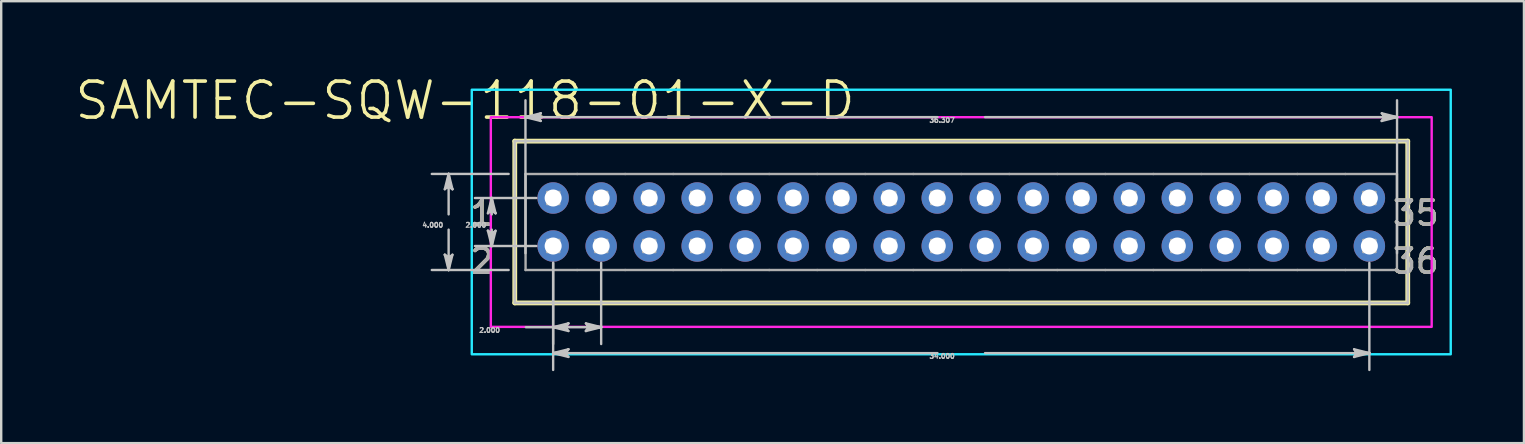
<source format=kicad_pcb>
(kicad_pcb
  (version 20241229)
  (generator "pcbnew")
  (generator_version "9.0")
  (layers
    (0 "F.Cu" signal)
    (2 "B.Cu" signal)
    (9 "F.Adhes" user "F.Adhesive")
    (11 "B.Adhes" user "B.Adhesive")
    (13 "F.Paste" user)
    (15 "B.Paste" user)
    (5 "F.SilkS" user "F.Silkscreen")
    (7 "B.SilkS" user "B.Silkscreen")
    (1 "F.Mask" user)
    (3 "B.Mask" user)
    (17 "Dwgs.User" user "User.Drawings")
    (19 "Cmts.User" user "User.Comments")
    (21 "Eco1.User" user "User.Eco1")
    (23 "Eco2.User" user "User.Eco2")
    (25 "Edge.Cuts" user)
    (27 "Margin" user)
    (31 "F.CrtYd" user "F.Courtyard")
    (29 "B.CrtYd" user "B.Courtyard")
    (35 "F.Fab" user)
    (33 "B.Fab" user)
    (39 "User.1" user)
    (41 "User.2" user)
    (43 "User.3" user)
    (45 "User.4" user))
  (footprint "SAMTEC-SQW-118-01-X-D"
    (layer "F.Cu")
    (at 36.992 6.198)
    (property "Reference" "SAMTEC-SQW-118-01-X-D" (at -20.668 -5.058 0) (layer "F.SilkS") (effects (font (size 1.5 1.5) (thickness 0.15))))
    (attr through_hole)
    (fp_circle (center -17 -1) (end -16.294 -1) (stroke (width 0) (type solid)) (fill yes) (layer "F.Mask"))
    (fp_circle (center -17 1) (end -16.294 1) (stroke (width 0) (type solid)) (fill yes) (layer "F.Mask"))
    (fp_circle (center -15 -1) (end -14.294 -1) (stroke (width 0) (type solid)) (fill yes) (layer "F.Mask"))
    (fp_circle (center -15 1) (end -14.294 1) (stroke (width 0) (type solid)) (fill yes) (layer "F.Mask"))
    (fp_circle (center -13 -1) (end -12.294 -1) (stroke (width 0) (type solid)) (fill yes) (layer "F.Mask"))
    (fp_circle (center -13 1) (end -12.294 1) (stroke (width 0) (type solid)) (fill yes) (layer "F.Mask"))
    (fp_circle (center -11 -1) (end -10.294 -1) (stroke (width 0) (type solid)) (fill yes) (layer "F.Mask"))
    (fp_circle (center -11 1) (end -10.294 1) (stroke (width 0) (type solid)) (fill yes) (layer "F.Mask"))
    (fp_circle (center -9 -1) (end -8.294 -1) (stroke (width 0) (type solid)) (fill yes) (layer "F.Mask"))
    (fp_circle (center -9 1) (end -8.294 1) (stroke (width 0) (type solid)) (fill yes) (layer "F.Mask"))
    (fp_circle (center -7 -1) (end -6.294 -1) (stroke (width 0) (type solid)) (fill yes) (layer "F.Mask"))
    (fp_circle (center -7 1) (end -6.294 1) (stroke (width 0) (type solid)) (fill yes) (layer "F.Mask"))
    (fp_circle (center -5 -1) (end -4.294 -1) (stroke (width 0) (type solid)) (fill yes) (layer "F.Mask"))
    (fp_circle (center -5 1) (end -4.294 1) (stroke (width 0) (type solid)) (fill yes) (layer "F.Mask"))
    (fp_circle (center -3 -1) (end -2.294 -1) (stroke (width 0) (type solid)) (fill yes) (layer "F.Mask"))
    (fp_circle (center -3 1) (end -2.294 1) (stroke (width 0) (type solid)) (fill yes) (layer "F.Mask"))
    (fp_circle (center -1 -1) (end -0.294 -1) (stroke (width 0) (type solid)) (fill yes) (layer "F.Mask"))
    (fp_circle (center -1 1) (end -0.294 1) (stroke (width 0) (type solid)) (fill yes) (layer "F.Mask"))
    (fp_circle (center 1 -1) (end 1.706 -1) (stroke (width 0) (type solid)) (fill yes) (layer "F.Mask"))
    (fp_circle (center 1 1) (end 1.706 1) (stroke (width 0) (type solid)) (fill yes) (layer "F.Mask"))
    (fp_circle (center 3 -1) (end 3.706 -1) (stroke (width 0) (type solid)) (fill yes) (layer "F.Mask"))
    (fp_circle (center 3 1) (end 3.706 1) (stroke (width 0) (type solid)) (fill yes) (layer "F.Mask"))
    (fp_circle (center 5 -1) (end 5.706 -1) (stroke (width 0) (type solid)) (fill yes) (layer "F.Mask"))
    (fp_circle (center 5 1) (end 5.706 1) (stroke (width 0) (type solid)) (fill yes) (layer "F.Mask"))
    (fp_circle (center 7 -1) (end 7.706 -1) (stroke (width 0) (type solid)) (fill yes) (layer "F.Mask"))
    (fp_circle (center 7 1) (end 7.706 1) (stroke (width 0) (type solid)) (fill yes) (layer "F.Mask"))
    (fp_circle (center 9 -1) (end 9.706 -1) (stroke (width 0) (type solid)) (fill yes) (layer "F.Mask"))
    (fp_circle (center 9 1) (end 9.706 1) (stroke (width 0) (type solid)) (fill yes) (layer "F.Mask"))
    (fp_circle (center 11 -1) (end 11.706 -1) (stroke (width 0) (type solid)) (fill yes) (layer "F.Mask"))
    (fp_circle (center 11 1) (end 11.706 1) (stroke (width 0) (type solid)) (fill yes) (layer "F.Mask"))
    (fp_circle (center 13 -1) (end 13.706 -1) (stroke (width 0) (type solid)) (fill yes) (layer "F.Mask"))
    (fp_circle (center 13 1) (end 13.706 1) (stroke (width 0) (type solid)) (fill yes) (layer "F.Mask"))
    (fp_circle (center 15 -1) (end 15.706 -1) (stroke (width 0) (type solid)) (fill yes) (layer "F.Mask"))
    (fp_circle (center 15 1) (end 15.706 1) (stroke (width 0) (type solid)) (fill yes) (layer "F.Mask"))
    (fp_circle (center 17 -1) (end 17.706 -1) (stroke (width 0) (type solid)) (fill yes) (layer "F.Mask"))
    (fp_circle (center 17 1) (end 17.706 1) (stroke (width 0) (type solid)) (fill yes) (layer "F.Mask"))
    (fp_circle (center -17 -1) (end -16.294 -1) (stroke (width 0) (type solid)) (fill yes) (layer "B.Mask"))
    (fp_circle (center -17 1) (end -16.294 1) (stroke (width 0) (type solid)) (fill yes) (layer "B.Mask"))
    (fp_circle (center -15 -1) (end -14.294 -1) (stroke (width 0) (type solid)) (fill yes) (layer "B.Mask"))
    (fp_circle (center -15 1) (end -14.294 1) (stroke (width 0) (type solid)) (fill yes) (layer "B.Mask"))
    (fp_circle (center -13 -1) (end -12.294 -1) (stroke (width 0) (type solid)) (fill yes) (layer "B.Mask"))
    (fp_circle (center -13 1) (end -12.294 1) (stroke (width 0) (type solid)) (fill yes) (layer "B.Mask"))
    (fp_circle (center -11 -1) (end -10.294 -1) (stroke (width 0) (type solid)) (fill yes) (layer "B.Mask"))
    (fp_circle (center -11 1) (end -10.294 1) (stroke (width 0) (type solid)) (fill yes) (layer "B.Mask"))
    (fp_circle (center -9 -1) (end -8.294 -1) (stroke (width 0) (type solid)) (fill yes) (layer "B.Mask"))
    (fp_circle (center -9 1) (end -8.294 1) (stroke (width 0) (type solid)) (fill yes) (layer "B.Mask"))
    (fp_circle (center -7 -1) (end -6.294 -1) (stroke (width 0) (type solid)) (fill yes) (layer "B.Mask"))
    (fp_circle (center -7 1) (end -6.294 1) (stroke (width 0) (type solid)) (fill yes) (layer "B.Mask"))
    (fp_circle (center -5 -1) (end -4.294 -1) (stroke (width 0) (type solid)) (fill yes) (layer "B.Mask"))
    (fp_circle (center -5 1) (end -4.294 1) (stroke (width 0) (type solid)) (fill yes) (layer "B.Mask"))
    (fp_circle (center -3 -1) (end -2.294 -1) (stroke (width 0) (type solid)) (fill yes) (layer "B.Mask"))
    (fp_circle (center -3 1) (end -2.294 1) (stroke (width 0) (type solid)) (fill yes) (layer "B.Mask"))
    (fp_circle (center -1 -1) (end -0.294 -1) (stroke (width 0) (type solid)) (fill yes) (layer "B.Mask"))
    (fp_circle (center -1 1) (end -0.294 1) (stroke (width 0) (type solid)) (fill yes) (layer "B.Mask"))
    (fp_circle (center 1 -1) (end 1.706 -1) (stroke (width 0) (type solid)) (fill yes) (layer "B.Mask"))
    (fp_circle (center 1 1) (end 1.706 1) (stroke (width 0) (type solid)) (fill yes) (layer "B.Mask"))
    (fp_circle (center 3 -1) (end 3.706 -1) (stroke (width 0) (type solid)) (fill yes) (layer "B.Mask"))
    (fp_circle (center 3 1) (end 3.706 1) (stroke (width 0) (type solid)) (fill yes) (layer "B.Mask"))
    (fp_circle (center 5 -1) (end 5.706 -1) (stroke (width 0) (type solid)) (fill yes) (layer "B.Mask"))
    (fp_circle (center 5 1) (end 5.706 1) (stroke (width 0) (type solid)) (fill yes) (layer "B.Mask"))
    (fp_circle (center 7 -1) (end 7.706 -1) (stroke (width 0) (type solid)) (fill yes) (layer "B.Mask"))
    (fp_circle (center 7 1) (end 7.706 1) (stroke (width 0) (type solid)) (fill yes) (layer "B.Mask"))
    (fp_circle (center 9 -1) (end 9.706 -1) (stroke (width 0) (type solid)) (fill yes) (layer "B.Mask"))
    (fp_circle (center 9 1) (end 9.706 1) (stroke (width 0) (type solid)) (fill yes) (layer "B.Mask"))
    (fp_circle (center 11 -1) (end 11.706 -1) (stroke (width 0) (type solid)) (fill yes) (layer "B.Mask"))
    (fp_circle (center 11 1) (end 11.706 1) (stroke (width 0) (type solid)) (fill yes) (layer "B.Mask"))
    (fp_circle (center 13 -1) (end 13.706 -1) (stroke (width 0) (type solid)) (fill yes) (layer "B.Mask"))
    (fp_circle (center 13 1) (end 13.706 1) (stroke (width 0) (type solid)) (fill yes) (layer "B.Mask"))
    (fp_circle (center 15 -1) (end 15.706 -1) (stroke (width 0) (type solid)) (fill yes) (layer "B.Mask"))
    (fp_circle (center 15 1) (end 15.706 1) (stroke (width 0) (type solid)) (fill yes) (layer "B.Mask"))
    (fp_circle (center 17 -1) (end 17.706 -1) (stroke (width 0) (type solid)) (fill yes) (layer "B.Mask"))
    (fp_circle (center 17 1) (end 17.706 1) (stroke (width 0) (type solid)) (fill yes) (layer "B.Mask"))
    (fp_line (start -18.599 -3.37) (end -18.599 3.37) (stroke (width 0.2) (type solid)) (layer "F.SilkS"))
    (fp_line (start -18.599 3.37) (end 18.599 3.37) (stroke (width 0.2) (type solid)) (layer "F.SilkS"))
    (fp_line (start 18.599 -3.37) (end -18.599 -3.37) (stroke (width 0.2) (type solid)) (layer "F.SilkS"))
    (fp_line (start 18.599 3.37) (end 18.599 -3.37) (stroke (width 0.2) (type solid)) (layer "F.SilkS"))
    (fp_poly (pts (xy -17.255 1.98) (xy -17.255 2.97) (xy -16.745 2.97) (xy -16.745 1.98) (xy -16.744 1.969) (xy -16.743 1.957) (xy -16.741 1.946) (xy -16.737 1.936) (xy -16.733 1.925) (xy -16.728 1.915) (xy -16.721 1.905) (xy -16.715 1.896) (xy -16.707 1.888) (xy -16.699 1.88) (xy -16.69 1.873) (xy -16.68 1.867) (xy -16.67 1.862) (xy -16.659 1.858) (xy -16.649 1.854) (xy -16.638 1.852) (xy -16.626 1.85) (xy -16.615 1.85) (xy -16.15 1.85) (xy -16.15 0.15) (xy -17.85 0.15) (xy -17.85 1.85) (xy -17.385 1.85) (xy -17.374 1.85) (xy -17.362 1.852) (xy -17.351 1.854) (xy -17.34 1.858) (xy -17.33 1.862) (xy -17.32 1.867) (xy -17.31 1.873) (xy -17.301 1.88) (xy -17.293 1.888) (xy -17.285 1.896) (xy -17.279 1.905) (xy -17.272 1.915) (xy -17.267 1.925) (xy -17.263 1.936) (xy -17.259 1.946) (xy -17.257 1.957) (xy -17.256 1.969) (xy -17.255 1.98)) (stroke (width 0) (type solid)) (fill yes) (layer "F.Paste"))
    (fp_poly (pts (xy -16.745 -1.98) (xy -16.745 -2.97) (xy -17.255 -2.97) (xy -17.255 -1.98) (xy -17.256 -1.969) (xy -17.257 -1.957) (xy -17.259 -1.946) (xy -17.263 -1.936) (xy -17.267 -1.925) (xy -17.272 -1.915) (xy -17.279 -1.905) (xy -17.285 -1.896) (xy -17.293 -1.888) (xy -17.301 -1.88) (xy -17.31 -1.873) (xy -17.32 -1.867) (xy -17.33 -1.862) (xy -17.34 -1.858) (xy -17.351 -1.854) (xy -17.362 -1.852) (xy -17.374 -1.85) (xy -17.385 -1.85) (xy -17.85 -1.85) (xy -17.85 -0.15) (xy -16.15 -0.15) (xy -16.15 -1.85) (xy -16.615 -1.85) (xy -16.626 -1.85) (xy -16.638 -1.852) (xy -16.649 -1.854) (xy -16.66 -1.858) (xy -16.67 -1.862) (xy -16.68 -1.867) (xy -16.69 -1.873) (xy -16.699 -1.88) (xy -16.707 -1.888) (xy -16.715 -1.896) (xy -16.721 -1.905) (xy -16.728 -1.915) (xy -16.733 -1.925) (xy -16.737 -1.936) (xy -16.741 -1.946) (xy -16.743 -1.957) (xy -16.744 -1.969) (xy -16.745 -1.98)) (stroke (width 0) (type solid)) (fill yes) (layer "F.Paste"))
    (fp_poly (pts (xy -15.255 1.98) (xy -15.255 2.97) (xy -14.745 2.97) (xy -14.745 1.98) (xy -14.745 1.969) (xy -14.743 1.957) (xy -14.741 1.946) (xy -14.737 1.936) (xy -14.733 1.925) (xy -14.728 1.915) (xy -14.722 1.905) (xy -14.715 1.896) (xy -14.707 1.888) (xy -14.699 1.88) (xy -14.69 1.873) (xy -14.68 1.867) (xy -14.67 1.862) (xy -14.659 1.858) (xy -14.649 1.854) (xy -14.638 1.852) (xy -14.626 1.85) (xy -14.615 1.85) (xy -14.15 1.85) (xy -14.15 0.15) (xy -15.85 0.15) (xy -15.85 1.85) (xy -15.385 1.85) (xy -15.374 1.85) (xy -15.362 1.852) (xy -15.351 1.854) (xy -15.341 1.858) (xy -15.33 1.862) (xy -15.32 1.867) (xy -15.31 1.873) (xy -15.301 1.88) (xy -15.293 1.888) (xy -15.285 1.896) (xy -15.278 1.905) (xy -15.272 1.915) (xy -15.267 1.925) (xy -15.263 1.936) (xy -15.259 1.946) (xy -15.257 1.957) (xy -15.255 1.969) (xy -15.255 1.98)) (stroke (width 0) (type solid)) (fill yes) (layer "F.Paste"))
    (fp_poly (pts (xy -14.745 -1.98) (xy -14.745 -2.97) (xy -15.255 -2.97) (xy -15.255 -1.98) (xy -15.255 -1.969) (xy -15.257 -1.957) (xy -15.259 -1.946) (xy -15.263 -1.936) (xy -15.267 -1.925) (xy -15.272 -1.915) (xy -15.278 -1.905) (xy -15.285 -1.896) (xy -15.293 -1.888) (xy -15.301 -1.88) (xy -15.31 -1.873) (xy -15.32 -1.867) (xy -15.33 -1.862) (xy -15.341 -1.858) (xy -15.351 -1.854) (xy -15.362 -1.852) (xy -15.374 -1.85) (xy -15.385 -1.85) (xy -15.85 -1.85) (xy -15.85 -0.15) (xy -14.15 -0.15) (xy -14.15 -1.85) (xy -14.615 -1.85) (xy -14.626 -1.85) (xy -14.638 -1.852) (xy -14.649 -1.854) (xy -14.659 -1.858) (xy -14.67 -1.862) (xy -14.68 -1.867) (xy -14.69 -1.873) (xy -14.699 -1.88) (xy -14.707 -1.888) (xy -14.715 -1.896) (xy -14.722 -1.905) (xy -14.728 -1.915) (xy -14.733 -1.925) (xy -14.737 -1.936) (xy -14.741 -1.946) (xy -14.743 -1.957) (xy -14.745 -1.969) (xy -14.745 -1.98)) (stroke (width 0) (type solid)) (fill yes) (layer "F.Paste"))
    (fp_poly (pts (xy -13.255 1.98) (xy -13.255 2.97) (xy -12.745 2.97) (xy -12.745 1.98) (xy -12.745 1.969) (xy -12.743 1.957) (xy -12.741 1.946) (xy -12.737 1.936) (xy -12.733 1.925) (xy -12.728 1.915) (xy -12.722 1.905) (xy -12.715 1.896) (xy -12.707 1.888) (xy -12.699 1.88) (xy -12.69 1.873) (xy -12.68 1.867) (xy -12.67 1.862) (xy -12.659 1.858) (xy -12.649 1.854) (xy -12.638 1.852) (xy -12.626 1.85) (xy -12.615 1.85) (xy -12.15 1.85) (xy -12.15 0.15) (xy -13.85 0.15) (xy -13.85 1.85) (xy -13.385 1.85) (xy -13.374 1.85) (xy -13.362 1.852) (xy -13.351 1.854) (xy -13.341 1.858) (xy -13.33 1.862) (xy -13.32 1.867) (xy -13.31 1.873) (xy -13.301 1.88) (xy -13.293 1.888) (xy -13.285 1.896) (xy -13.278 1.905) (xy -13.272 1.915) (xy -13.267 1.925) (xy -13.263 1.936) (xy -13.259 1.946) (xy -13.257 1.957) (xy -13.255 1.969) (xy -13.255 1.98)) (stroke (width 0) (type solid)) (fill yes) (layer "F.Paste"))
    (fp_poly (pts (xy -12.745 -1.98) (xy -12.745 -2.97) (xy -13.255 -2.97) (xy -13.255 -1.98) (xy -13.255 -1.969) (xy -13.257 -1.957) (xy -13.259 -1.946) (xy -13.263 -1.936) (xy -13.267 -1.925) (xy -13.272 -1.915) (xy -13.278 -1.905) (xy -13.285 -1.896) (xy -13.293 -1.888) (xy -13.301 -1.88) (xy -13.31 -1.873) (xy -13.32 -1.867) (xy -13.33 -1.862) (xy -13.341 -1.858) (xy -13.351 -1.854) (xy -13.362 -1.852) (xy -13.374 -1.85) (xy -13.385 -1.85) (xy -13.85 -1.85) (xy -13.85 -0.15) (xy -12.15 -0.15) (xy -12.15 -1.85) (xy -12.615 -1.85) (xy -12.626 -1.85) (xy -12.638 -1.852) (xy -12.649 -1.854) (xy -12.659 -1.858) (xy -12.67 -1.862) (xy -12.68 -1.867) (xy -12.69 -1.873) (xy -12.699 -1.88) (xy -12.707 -1.888) (xy -12.715 -1.896) (xy -12.722 -1.905) (xy -12.728 -1.915) (xy -12.733 -1.925) (xy -12.737 -1.936) (xy -12.741 -1.946) (xy -12.743 -1.957) (xy -12.745 -1.969) (xy -12.745 -1.98)) (stroke (width 0) (type solid)) (fill yes) (layer "F.Paste"))
    (fp_poly (pts (xy -11.255 1.98) (xy -11.255 2.97) (xy -10.745 2.97) (xy -10.745 1.98) (xy -10.745 1.969) (xy -10.743 1.957) (xy -10.741 1.946) (xy -10.737 1.936) (xy -10.733 1.925) (xy -10.728 1.915) (xy -10.722 1.905) (xy -10.715 1.896) (xy -10.707 1.888) (xy -10.699 1.88) (xy -10.69 1.873) (xy -10.68 1.867) (xy -10.67 1.862) (xy -10.659 1.858) (xy -10.649 1.854) (xy -10.638 1.852) (xy -10.626 1.85) (xy -10.615 1.85) (xy -10.15 1.85) (xy -10.15 0.15) (xy -11.85 0.15) (xy -11.85 1.85) (xy -11.385 1.85) (xy -11.374 1.85) (xy -11.362 1.852) (xy -11.351 1.854) (xy -11.341 1.858) (xy -11.33 1.862) (xy -11.32 1.867) (xy -11.31 1.873) (xy -11.301 1.88) (xy -11.293 1.888) (xy -11.285 1.896) (xy -11.278 1.905) (xy -11.272 1.915) (xy -11.267 1.925) (xy -11.263 1.936) (xy -11.259 1.946) (xy -11.257 1.957) (xy -11.255 1.969) (xy -11.255 1.98)) (stroke (width 0) (type solid)) (fill yes) (layer "F.Paste"))
    (fp_poly (pts (xy -10.745 -1.98) (xy -10.745 -2.97) (xy -11.255 -2.97) (xy -11.255 -1.98) (xy -11.255 -1.969) (xy -11.257 -1.957) (xy -11.259 -1.946) (xy -11.263 -1.936) (xy -11.267 -1.925) (xy -11.272 -1.915) (xy -11.278 -1.905) (xy -11.285 -1.896) (xy -11.293 -1.888) (xy -11.301 -1.88) (xy -11.31 -1.873) (xy -11.32 -1.867) (xy -11.33 -1.862) (xy -11.341 -1.858) (xy -11.351 -1.854) (xy -11.362 -1.852) (xy -11.374 -1.85) (xy -11.385 -1.85) (xy -11.85 -1.85) (xy -11.85 -0.15) (xy -10.15 -0.15) (xy -10.15 -1.85) (xy -10.615 -1.85) (xy -10.626 -1.85) (xy -10.638 -1.852) (xy -10.649 -1.854) (xy -10.659 -1.858) (xy -10.67 -1.862) (xy -10.68 -1.867) (xy -10.69 -1.873) (xy -10.699 -1.88) (xy -10.707 -1.888) (xy -10.715 -1.896) (xy -10.722 -1.905) (xy -10.728 -1.915) (xy -10.733 -1.925) (xy -10.737 -1.936) (xy -10.741 -1.946) (xy -10.743 -1.957) (xy -10.745 -1.969) (xy -10.745 -1.98)) (stroke (width 0) (type solid)) (fill yes) (layer "F.Paste"))
    (fp_poly (pts (xy -9.255 1.98) (xy -9.255 2.97) (xy -8.745 2.97) (xy -8.745 1.98) (xy -8.745 1.969) (xy -8.743 1.957) (xy -8.741 1.946) (xy -8.737 1.936) (xy -8.733 1.925) (xy -8.728 1.915) (xy -8.722 1.905) (xy -8.715 1.896) (xy -8.707 1.888) (xy -8.699 1.88) (xy -8.69 1.873) (xy -8.68 1.867) (xy -8.67 1.862) (xy -8.659 1.858) (xy -8.649 1.854) (xy -8.638 1.852) (xy -8.626 1.85) (xy -8.615 1.85) (xy -8.15 1.85) (xy -8.15 0.15) (xy -9.85 0.15) (xy -9.85 1.85) (xy -9.385 1.85) (xy -9.374 1.85) (xy -9.362 1.852) (xy -9.351 1.854) (xy -9.341 1.858) (xy -9.33 1.862) (xy -9.32 1.867) (xy -9.31 1.873) (xy -9.301 1.88) (xy -9.293 1.888) (xy -9.285 1.896) (xy -9.278 1.905) (xy -9.272 1.915) (xy -9.267 1.925) (xy -9.263 1.936) (xy -9.259 1.946) (xy -9.257 1.957) (xy -9.255 1.969) (xy -9.255 1.98)) (stroke (width 0) (type solid)) (fill yes) (layer "F.Paste"))
    (fp_poly (pts (xy -8.745 -1.98) (xy -8.745 -2.97) (xy -9.255 -2.97) (xy -9.255 -1.98) (xy -9.255 -1.969) (xy -9.257 -1.957) (xy -9.259 -1.946) (xy -9.263 -1.936) (xy -9.267 -1.925) (xy -9.272 -1.915) (xy -9.279 -1.905) (xy -9.285 -1.896) (xy -9.293 -1.888) (xy -9.301 -1.88) (xy -9.31 -1.873) (xy -9.32 -1.867) (xy -9.33 -1.862) (xy -9.341 -1.858) (xy -9.351 -1.854) (xy -9.362 -1.852) (xy -9.374 -1.85) (xy -9.385 -1.85) (xy -9.85 -1.85) (xy -9.85 -0.15) (xy -8.15 -0.15) (xy -8.15 -1.85) (xy -8.615 -1.85) (xy -8.626 -1.85) (xy -8.638 -1.852) (xy -8.649 -1.854) (xy -8.659 -1.858) (xy -8.67 -1.862) (xy -8.68 -1.867) (xy -8.69 -1.873) (xy -8.699 -1.88) (xy -8.707 -1.888) (xy -8.715 -1.896) (xy -8.722 -1.905) (xy -8.728 -1.915) (xy -8.733 -1.925) (xy -8.737 -1.936) (xy -8.741 -1.946) (xy -8.743 -1.957) (xy -8.745 -1.969) (xy -8.745 -1.98)) (stroke (width 0) (type solid)) (fill yes) (layer "F.Paste"))
    (fp_poly (pts (xy -7.255 1.98) (xy -7.255 2.97) (xy -6.745 2.97) (xy -6.745 1.98) (xy -6.745 1.969) (xy -6.743 1.957) (xy -6.741 1.946) (xy -6.737 1.936) (xy -6.733 1.925) (xy -6.728 1.915) (xy -6.721 1.905) (xy -6.715 1.896) (xy -6.707 1.888) (xy -6.699 1.88) (xy -6.69 1.873) (xy -6.68 1.867) (xy -6.67 1.862) (xy -6.659 1.858) (xy -6.649 1.854) (xy -6.638 1.852) (xy -6.626 1.85) (xy -6.615 1.85) (xy -6.15 1.85) (xy -6.15 0.15) (xy -7.85 0.15) (xy -7.85 1.85) (xy -7.385 1.85) (xy -7.374 1.85) (xy -7.362 1.852) (xy -7.351 1.854) (xy -7.341 1.858) (xy -7.33 1.862) (xy -7.32 1.867) (xy -7.31 1.873) (xy -7.301 1.88) (xy -7.293 1.888) (xy -7.285 1.896) (xy -7.279 1.905) (xy -7.272 1.915) (xy -7.267 1.925) (xy -7.263 1.936) (xy -7.259 1.946) (xy -7.257 1.957) (xy -7.255 1.969) (xy -7.255 1.98)) (stroke (width 0) (type solid)) (fill yes) (layer "F.Paste"))
    (fp_poly (pts (xy -6.745 -1.98) (xy -6.745 -2.97) (xy -7.255 -2.97) (xy -7.255 -1.98) (xy -7.255 -1.969) (xy -7.257 -1.957) (xy -7.259 -1.946) (xy -7.263 -1.936) (xy -7.267 -1.925) (xy -7.272 -1.915) (xy -7.279 -1.905) (xy -7.285 -1.896) (xy -7.293 -1.888) (xy -7.301 -1.88) (xy -7.31 -1.873) (xy -7.32 -1.867) (xy -7.33 -1.862) (xy -7.341 -1.858) (xy -7.351 -1.854) (xy -7.362 -1.852) (xy -7.374 -1.85) (xy -7.385 -1.85) (xy -7.85 -1.85) (xy -7.85 -0.15) (xy -6.15 -0.15) (xy -6.15 -1.85) (xy -6.615 -1.85) (xy -6.626 -1.85) (xy -6.638 -1.852) (xy -6.649 -1.854) (xy -6.659 -1.858) (xy -6.67 -1.862) (xy -6.68 -1.867) (xy -6.69 -1.873) (xy -6.699 -1.88) (xy -6.707 -1.888) (xy -6.715 -1.896) (xy -6.722 -1.905) (xy -6.728 -1.915) (xy -6.733 -1.925) (xy -6.737 -1.936) (xy -6.741 -1.946) (xy -6.743 -1.957) (xy -6.745 -1.969) (xy -6.745 -1.98)) (stroke (width 0) (type solid)) (fill yes) (layer "F.Paste"))
    (fp_poly (pts (xy -5.255 1.98) (xy -5.255 2.97) (xy -4.745 2.97) (xy -4.745 1.98) (xy -4.745 1.969) (xy -4.743 1.957) (xy -4.741 1.946) (xy -4.737 1.936) (xy -4.733 1.925) (xy -4.728 1.915) (xy -4.721 1.905) (xy -4.715 1.896) (xy -4.707 1.888) (xy -4.699 1.88) (xy -4.69 1.873) (xy -4.68 1.867) (xy -4.67 1.862) (xy -4.659 1.858) (xy -4.649 1.854) (xy -4.638 1.852) (xy -4.626 1.85) (xy -4.615 1.85) (xy -4.15 1.85) (xy -4.15 0.15) (xy -5.85 0.15) (xy -5.85 1.85) (xy -5.385 1.85) (xy -5.374 1.85) (xy -5.362 1.852) (xy -5.351 1.854) (xy -5.341 1.858) (xy -5.33 1.862) (xy -5.32 1.867) (xy -5.31 1.873) (xy -5.301 1.88) (xy -5.293 1.888) (xy -5.285 1.896) (xy -5.278 1.905) (xy -5.272 1.915) (xy -5.267 1.925) (xy -5.263 1.936) (xy -5.259 1.946) (xy -5.257 1.957) (xy -5.255 1.969) (xy -5.255 1.98)) (stroke (width 0) (type solid)) (fill yes) (layer "F.Paste"))
    (fp_poly (pts (xy -4.745 -1.98) (xy -4.745 -2.97) (xy -5.255 -2.97) (xy -5.255 -1.98) (xy -5.255 -1.969) (xy -5.257 -1.957) (xy -5.259 -1.946) (xy -5.263 -1.936) (xy -5.267 -1.925) (xy -5.272 -1.915) (xy -5.279 -1.905) (xy -5.285 -1.896) (xy -5.293 -1.888) (xy -5.301 -1.88) (xy -5.31 -1.873) (xy -5.32 -1.867) (xy -5.33 -1.862) (xy -5.341 -1.858) (xy -5.351 -1.854) (xy -5.362 -1.852) (xy -5.374 -1.85) (xy -5.385 -1.85) (xy -5.85 -1.85) (xy -5.85 -0.15) (xy -4.15 -0.15) (xy -4.15 -1.85) (xy -4.615 -1.85) (xy -4.626 -1.85) (xy -4.638 -1.852) (xy -4.649 -1.854) (xy -4.659 -1.858) (xy -4.67 -1.862) (xy -4.68 -1.867) (xy -4.69 -1.873) (xy -4.699 -1.88) (xy -4.707 -1.888) (xy -4.715 -1.896) (xy -4.721 -1.905) (xy -4.728 -1.915) (xy -4.733 -1.925) (xy -4.737 -1.936) (xy -4.741 -1.946) (xy -4.743 -1.957) (xy -4.745 -1.969) (xy -4.745 -1.98)) (stroke (width 0) (type solid)) (fill yes) (layer "F.Paste"))
    (fp_poly (pts (xy -3.255 1.98) (xy -3.255 2.97) (xy -2.745 2.97) (xy -2.745 1.98) (xy -2.745 1.969) (xy -2.743 1.957) (xy -2.741 1.946) (xy -2.737 1.936) (xy -2.733 1.925) (xy -2.728 1.915) (xy -2.721 1.905) (xy -2.715 1.896) (xy -2.707 1.888) (xy -2.699 1.88) (xy -2.69 1.873) (xy -2.68 1.867) (xy -2.67 1.862) (xy -2.659 1.858) (xy -2.649 1.854) (xy -2.638 1.852) (xy -2.626 1.85) (xy -2.615 1.85) (xy -2.15 1.85) (xy -2.15 0.15) (xy -3.85 0.15) (xy -3.85 1.85) (xy -3.385 1.85) (xy -3.374 1.85) (xy -3.362 1.852) (xy -3.351 1.854) (xy -3.341 1.858) (xy -3.33 1.862) (xy -3.32 1.867) (xy -3.31 1.873) (xy -3.301 1.88) (xy -3.293 1.888) (xy -3.285 1.896) (xy -3.278 1.905) (xy -3.272 1.915) (xy -3.267 1.925) (xy -3.263 1.936) (xy -3.259 1.946) (xy -3.257 1.957) (xy -3.255 1.969) (xy -3.255 1.98)) (stroke (width 0) (type solid)) (fill yes) (layer "F.Paste"))
    (fp_poly (pts (xy -2.745 -1.98) (xy -2.745 -2.97) (xy -3.255 -2.97) (xy -3.255 -1.98) (xy -3.255 -1.969) (xy -3.257 -1.957) (xy -3.259 -1.946) (xy -3.263 -1.936) (xy -3.267 -1.925) (xy -3.272 -1.915) (xy -3.279 -1.905) (xy -3.285 -1.896) (xy -3.293 -1.888) (xy -3.301 -1.88) (xy -3.31 -1.873) (xy -3.32 -1.867) (xy -3.33 -1.862) (xy -3.341 -1.858) (xy -3.351 -1.854) (xy -3.362 -1.852) (xy -3.374 -1.85) (xy -3.385 -1.85) (xy -3.85 -1.85) (xy -3.85 -0.15) (xy -2.15 -0.15) (xy -2.15 -1.85) (xy -2.615 -1.85) (xy -2.626 -1.85) (xy -2.638 -1.852) (xy -2.649 -1.854) (xy -2.659 -1.858) (xy -2.67 -1.862) (xy -2.68 -1.867) (xy -2.69 -1.873) (xy -2.699 -1.88) (xy -2.707 -1.888) (xy -2.715 -1.896) (xy -2.721 -1.905) (xy -2.728 -1.915) (xy -2.733 -1.925) (xy -2.737 -1.936) (xy -2.741 -1.946) (xy -2.743 -1.957) (xy -2.745 -1.969) (xy -2.745 -1.98)) (stroke (width 0) (type solid)) (fill yes) (layer "F.Paste"))
    (fp_poly (pts (xy -1.255 1.98) (xy -1.255 2.97) (xy -0.745 2.97) (xy -0.745 1.98) (xy -0.745 1.969) (xy -0.743 1.957) (xy -0.741 1.946) (xy -0.737 1.936) (xy -0.733 1.925) (xy -0.728 1.915) (xy -0.721 1.905) (xy -0.715 1.896) (xy -0.707 1.888) (xy -0.699 1.88) (xy -0.69 1.873) (xy -0.68 1.867) (xy -0.67 1.862) (xy -0.659 1.858) (xy -0.649 1.854) (xy -0.638 1.852) (xy -0.626 1.85) (xy -0.615 1.85) (xy -0.15 1.85) (xy -0.15 0.15) (xy -1.85 0.15) (xy -1.85 1.85) (xy -1.385 1.85) (xy -1.374 1.85) (xy -1.362 1.852) (xy -1.351 1.854) (xy -1.341 1.858) (xy -1.33 1.862) (xy -1.32 1.867) (xy -1.31 1.873) (xy -1.301 1.88) (xy -1.293 1.888) (xy -1.285 1.896) (xy -1.278 1.905) (xy -1.272 1.915) (xy -1.267 1.925) (xy -1.263 1.936) (xy -1.259 1.946) (xy -1.257 1.957) (xy -1.255 1.969) (xy -1.255 1.98)) (stroke (width 0) (type solid)) (fill yes) (layer "F.Paste"))
    (fp_poly (pts (xy -0.745 -1.98) (xy -0.745 -2.97) (xy -1.255 -2.97) (xy -1.255 -1.98) (xy -1.255 -1.969) (xy -1.257 -1.957) (xy -1.259 -1.946) (xy -1.263 -1.936) (xy -1.267 -1.925) (xy -1.272 -1.915) (xy -1.279 -1.905) (xy -1.285 -1.896) (xy -1.293 -1.888) (xy -1.301 -1.88) (xy -1.31 -1.873) (xy -1.32 -1.867) (xy -1.33 -1.862) (xy -1.341 -1.858) (xy -1.351 -1.854) (xy -1.362 -1.852) (xy -1.374 -1.85) (xy -1.385 -1.85) (xy -1.85 -1.85) (xy -1.85 -0.15) (xy -0.15 -0.15) (xy -0.15 -1.85) (xy -0.615 -1.85) (xy -0.626 -1.85) (xy -0.638 -1.852) (xy -0.649 -1.854) (xy -0.659 -1.858) (xy -0.67 -1.862) (xy -0.68 -1.867) (xy -0.69 -1.873) (xy -0.699 -1.88) (xy -0.707 -1.888) (xy -0.715 -1.896) (xy -0.722 -1.905) (xy -0.728 -1.915) (xy -0.733 -1.925) (xy -0.737 -1.936) (xy -0.741 -1.946) (xy -0.743 -1.957) (xy -0.745 -1.969) (xy -0.745 -1.98)) (stroke (width 0) (type solid)) (fill yes) (layer "F.Paste"))
    (fp_poly (pts (xy 0.745 1.98) (xy 0.745 2.97) (xy 1.255 2.97) (xy 1.255 1.98) (xy 1.255 1.969) (xy 1.257 1.957) (xy 1.259 1.946) (xy 1.263 1.936) (xy 1.267 1.925) (xy 1.272 1.915) (xy 1.279 1.905) (xy 1.285 1.896) (xy 1.293 1.888) (xy 1.301 1.88) (xy 1.31 1.873) (xy 1.32 1.867) (xy 1.33 1.862) (xy 1.341 1.858) (xy 1.351 1.854) (xy 1.362 1.852) (xy 1.374 1.85) (xy 1.385 1.85) (xy 1.85 1.85) (xy 1.85 0.15) (xy 0.15 0.15) (xy 0.15 1.85) (xy 0.615 1.85) (xy 0.626 1.85) (xy 0.638 1.852) (xy 0.649 1.854) (xy 0.659 1.858) (xy 0.67 1.862) (xy 0.68 1.867) (xy 0.69 1.873) (xy 0.699 1.88) (xy 0.707 1.888) (xy 0.715 1.896) (xy 0.722 1.905) (xy 0.728 1.915) (xy 0.733 1.925) (xy 0.737 1.936) (xy 0.741 1.946) (xy 0.743 1.957) (xy 0.745 1.969) (xy 0.745 1.98)) (stroke (width 0) (type solid)) (fill yes) (layer "F.Paste"))
    (fp_poly (pts (xy 1.255 -1.98) (xy 1.255 -2.97) (xy 0.745 -2.97) (xy 0.745 -1.98) (xy 0.745 -1.969) (xy 0.743 -1.957) (xy 0.741 -1.946) (xy 0.737 -1.936) (xy 0.733 -1.925) (xy 0.728 -1.915) (xy 0.721 -1.905) (xy 0.715 -1.896) (xy 0.707 -1.888) (xy 0.699 -1.88) (xy 0.69 -1.873) (xy 0.68 -1.867) (xy 0.67 -1.862) (xy 0.659 -1.858) (xy 0.649 -1.854) (xy 0.638 -1.852) (xy 0.626 -1.85) (xy 0.615 -1.85) (xy 0.15 -1.85) (xy 0.15 -0.15) (xy 1.85 -0.15) (xy 1.85 -1.85) (xy 1.385 -1.85) (xy 1.374 -1.85) (xy 1.362 -1.852) (xy 1.351 -1.854) (xy 1.341 -1.858) (xy 1.33 -1.862) (xy 1.32 -1.867) (xy 1.31 -1.873) (xy 1.301 -1.88) (xy 1.293 -1.888) (xy 1.285 -1.896) (xy 1.278 -1.905) (xy 1.272 -1.915) (xy 1.267 -1.925) (xy 1.263 -1.936) (xy 1.259 -1.946) (xy 1.257 -1.957) (xy 1.255 -1.969) (xy 1.255 -1.98)) (stroke (width 0) (type solid)) (fill yes) (layer "F.Paste"))
    (fp_poly (pts (xy 2.745 1.98) (xy 2.745 2.97) (xy 3.255 2.97) (xy 3.255 1.98) (xy 3.255 1.969) (xy 3.257 1.957) (xy 3.259 1.946) (xy 3.263 1.936) (xy 3.267 1.925) (xy 3.272 1.915) (xy 3.279 1.905) (xy 3.285 1.896) (xy 3.293 1.888) (xy 3.301 1.88) (xy 3.31 1.873) (xy 3.32 1.867) (xy 3.33 1.862) (xy 3.341 1.858) (xy 3.351 1.854) (xy 3.362 1.852) (xy 3.374 1.85) (xy 3.385 1.85) (xy 3.85 1.85) (xy 3.85 0.15) (xy 2.15 0.15) (xy 2.15 1.85) (xy 2.615 1.85) (xy 2.626 1.85) (xy 2.638 1.852) (xy 2.649 1.854) (xy 2.659 1.858) (xy 2.67 1.862) (xy 2.68 1.867) (xy 2.69 1.873) (xy 2.699 1.88) (xy 2.707 1.888) (xy 2.715 1.896) (xy 2.721 1.905) (xy 2.728 1.915) (xy 2.733 1.925) (xy 2.737 1.936) (xy 2.741 1.946) (xy 2.743 1.957) (xy 2.745 1.969) (xy 2.745 1.98)) (stroke (width 0) (type solid)) (fill yes) (layer "F.Paste"))
    (fp_poly (pts (xy 3.255 -1.98) (xy 3.255 -2.97) (xy 2.745 -2.97) (xy 2.745 -1.98) (xy 2.745 -1.969) (xy 2.743 -1.957) (xy 2.741 -1.946) (xy 2.737 -1.936) (xy 2.733 -1.925) (xy 2.728 -1.915) (xy 2.721 -1.905) (xy 2.715 -1.896) (xy 2.707 -1.888) (xy 2.699 -1.88) (xy 2.69 -1.873) (xy 2.68 -1.867) (xy 2.67 -1.862) (xy 2.659 -1.858) (xy 2.649 -1.854) (xy 2.638 -1.852) (xy 2.626 -1.85) (xy 2.615 -1.85) (xy 2.15 -1.85) (xy 2.15 -0.15) (xy 3.85 -0.15) (xy 3.85 -1.85) (xy 3.385 -1.85) (xy 3.374 -1.85) (xy 3.362 -1.852) (xy 3.351 -1.854) (xy 3.341 -1.858) (xy 3.33 -1.862) (xy 3.32 -1.867) (xy 3.31 -1.873) (xy 3.301 -1.88) (xy 3.293 -1.888) (xy 3.285 -1.896) (xy 3.278 -1.905) (xy 3.272 -1.915) (xy 3.267 -1.925) (xy 3.263 -1.936) (xy 3.259 -1.946) (xy 3.257 -1.957) (xy 3.255 -1.969) (xy 3.255 -1.98)) (stroke (width 0) (type solid)) (fill yes) (layer "F.Paste"))
    (fp_poly (pts (xy 4.745 1.98) (xy 4.745 2.97) (xy 5.255 2.97) (xy 5.255 1.98) (xy 5.255 1.969) (xy 5.257 1.957) (xy 5.259 1.946) (xy 5.263 1.936) (xy 5.267 1.925) (xy 5.272 1.915) (xy 5.279 1.905) (xy 5.285 1.896) (xy 5.293 1.888) (xy 5.301 1.88) (xy 5.31 1.873) (xy 5.32 1.867) (xy 5.33 1.862) (xy 5.341 1.858) (xy 5.351 1.854) (xy 5.362 1.852) (xy 5.374 1.85) (xy 5.385 1.85) (xy 5.85 1.85) (xy 5.85 0.15) (xy 4.15 0.15) (xy 4.15 1.85) (xy 4.615 1.85) (xy 4.626 1.85) (xy 4.638 1.852) (xy 4.649 1.854) (xy 4.659 1.858) (xy 4.67 1.862) (xy 4.68 1.867) (xy 4.69 1.873) (xy 4.699 1.88) (xy 4.707 1.888) (xy 4.715 1.896) (xy 4.721 1.905) (xy 4.728 1.915) (xy 4.733 1.925) (xy 4.737 1.936) (xy 4.741 1.946) (xy 4.743 1.957) (xy 4.745 1.969) (xy 4.745 1.98)) (stroke (width 0) (type solid)) (fill yes) (layer "F.Paste"))
    (fp_poly (pts (xy 5.255 -1.98) (xy 5.255 -2.97) (xy 4.745 -2.97) (xy 4.745 -1.98) (xy 4.745 -1.969) (xy 4.743 -1.957) (xy 4.741 -1.946) (xy 4.737 -1.936) (xy 4.733 -1.925) (xy 4.728 -1.915) (xy 4.721 -1.905) (xy 4.715 -1.896) (xy 4.707 -1.888) (xy 4.699 -1.88) (xy 4.69 -1.873) (xy 4.68 -1.867) (xy 4.67 -1.862) (xy 4.659 -1.858) (xy 4.649 -1.854) (xy 4.638 -1.852) (xy 4.626 -1.85) (xy 4.615 -1.85) (xy 4.15 -1.85) (xy 4.15 -0.15) (xy 5.85 -0.15) (xy 5.85 -1.85) (xy 5.385 -1.85) (xy 5.374 -1.85) (xy 5.362 -1.852) (xy 5.351 -1.854) (xy 5.341 -1.858) (xy 5.33 -1.862) (xy 5.32 -1.867) (xy 5.31 -1.873) (xy 5.301 -1.88) (xy 5.293 -1.888) (xy 5.285 -1.896) (xy 5.278 -1.905) (xy 5.272 -1.915) (xy 5.267 -1.925) (xy 5.263 -1.936) (xy 5.259 -1.946) (xy 5.257 -1.957) (xy 5.255 -1.969) (xy 5.255 -1.98)) (stroke (width 0) (type solid)) (fill yes) (layer "F.Paste"))
    (fp_poly (pts (xy 6.745 1.98) (xy 6.745 2.97) (xy 7.255 2.97) (xy 7.255 1.98) (xy 7.255 1.969) (xy 7.257 1.957) (xy 7.259 1.946) (xy 7.263 1.936) (xy 7.267 1.925) (xy 7.272 1.915) (xy 7.279 1.905) (xy 7.285 1.896) (xy 7.293 1.888) (xy 7.301 1.88) (xy 7.31 1.873) (xy 7.32 1.867) (xy 7.33 1.862) (xy 7.341 1.858) (xy 7.351 1.854) (xy 7.362 1.852) (xy 7.374 1.85) (xy 7.385 1.85) (xy 7.85 1.85) (xy 7.85 0.15) (xy 6.15 0.15) (xy 6.15 1.85) (xy 6.615 1.85) (xy 6.626 1.85) (xy 6.638 1.852) (xy 6.649 1.854) (xy 6.659 1.858) (xy 6.67 1.862) (xy 6.68 1.867) (xy 6.69 1.873) (xy 6.699 1.88) (xy 6.707 1.888) (xy 6.715 1.896) (xy 6.722 1.905) (xy 6.728 1.915) (xy 6.733 1.925) (xy 6.737 1.936) (xy 6.741 1.946) (xy 6.743 1.957) (xy 6.745 1.969) (xy 6.745 1.98)) (stroke (width 0) (type solid)) (fill yes) (layer "F.Paste"))
    (fp_poly (pts (xy 7.255 -1.98) (xy 7.255 -2.97) (xy 6.745 -2.97) (xy 6.745 -1.98) (xy 6.745 -1.969) (xy 6.743 -1.957) (xy 6.741 -1.946) (xy 6.737 -1.936) (xy 6.733 -1.925) (xy 6.728 -1.915) (xy 6.721 -1.905) (xy 6.715 -1.896) (xy 6.707 -1.888) (xy 6.699 -1.88) (xy 6.69 -1.873) (xy 6.68 -1.867) (xy 6.67 -1.862) (xy 6.659 -1.858) (xy 6.649 -1.854) (xy 6.638 -1.852) (xy 6.626 -1.85) (xy 6.615 -1.85) (xy 6.15 -1.85) (xy 6.15 -0.15) (xy 7.85 -0.15) (xy 7.85 -1.85) (xy 7.385 -1.85) (xy 7.374 -1.85) (xy 7.362 -1.852) (xy 7.351 -1.854) (xy 7.341 -1.858) (xy 7.33 -1.862) (xy 7.32 -1.867) (xy 7.31 -1.873) (xy 7.301 -1.88) (xy 7.293 -1.888) (xy 7.285 -1.896) (xy 7.279 -1.905) (xy 7.272 -1.915) (xy 7.267 -1.925) (xy 7.263 -1.936) (xy 7.259 -1.946) (xy 7.257 -1.957) (xy 7.255 -1.969) (xy 7.255 -1.98)) (stroke (width 0) (type solid)) (fill yes) (layer "F.Paste"))
    (fp_poly (pts (xy 8.745 1.98) (xy 8.745 2.97) (xy 9.255 2.97) (xy 9.255 1.98) (xy 9.255 1.969) (xy 9.257 1.957) (xy 9.259 1.946) (xy 9.263 1.936) (xy 9.267 1.925) (xy 9.272 1.915) (xy 9.279 1.905) (xy 9.285 1.896) (xy 9.293 1.888) (xy 9.301 1.88) (xy 9.31 1.873) (xy 9.32 1.867) (xy 9.33 1.862) (xy 9.341 1.858) (xy 9.351 1.854) (xy 9.362 1.852) (xy 9.374 1.85) (xy 9.385 1.85) (xy 9.85 1.85) (xy 9.85 0.15) (xy 8.15 0.15) (xy 8.15 1.85) (xy 8.615 1.85) (xy 8.626 1.85) (xy 8.638 1.852) (xy 8.649 1.854) (xy 8.659 1.858) (xy 8.67 1.862) (xy 8.68 1.867) (xy 8.69 1.873) (xy 8.699 1.88) (xy 8.707 1.888) (xy 8.715 1.896) (xy 8.722 1.905) (xy 8.728 1.915) (xy 8.733 1.925) (xy 8.737 1.936) (xy 8.741 1.946) (xy 8.743 1.957) (xy 8.745 1.969) (xy 8.745 1.98)) (stroke (width 0) (type solid)) (fill yes) (layer "F.Paste"))
    (fp_poly (pts (xy 9.255 -1.98) (xy 9.255 -2.97) (xy 8.745 -2.97) (xy 8.745 -1.98) (xy 8.745 -1.969) (xy 8.743 -1.957) (xy 8.741 -1.946) (xy 8.737 -1.936) (xy 8.733 -1.925) (xy 8.728 -1.915) (xy 8.722 -1.905) (xy 8.715 -1.896) (xy 8.707 -1.888) (xy 8.699 -1.88) (xy 8.69 -1.873) (xy 8.68 -1.867) (xy 8.67 -1.862) (xy 8.659 -1.858) (xy 8.649 -1.854) (xy 8.638 -1.852) (xy 8.626 -1.85) (xy 8.615 -1.85) (xy 8.15 -1.85) (xy 8.15 -0.15) (xy 9.85 -0.15) (xy 9.85 -1.85) (xy 9.385 -1.85) (xy 9.374 -1.85) (xy 9.362 -1.852) (xy 9.351 -1.854) (xy 9.341 -1.858) (xy 9.33 -1.862) (xy 9.32 -1.867) (xy 9.31 -1.873) (xy 9.301 -1.88) (xy 9.293 -1.888) (xy 9.285 -1.896) (xy 9.278 -1.905) (xy 9.272 -1.915) (xy 9.267 -1.925) (xy 9.263 -1.936) (xy 9.259 -1.946) (xy 9.257 -1.957) (xy 9.255 -1.969) (xy 9.255 -1.98)) (stroke (width 0) (type solid)) (fill yes) (layer "F.Paste"))
    (fp_poly (pts (xy 10.745 1.98) (xy 10.745 2.97) (xy 11.255 2.97) (xy 11.255 1.98) (xy 11.255 1.969) (xy 11.257 1.957) (xy 11.259 1.946) (xy 11.263 1.936) (xy 11.267 1.925) (xy 11.272 1.915) (xy 11.278 1.905) (xy 11.285 1.896) (xy 11.293 1.888) (xy 11.301 1.88) (xy 11.31 1.873) (xy 11.32 1.867) (xy 11.33 1.862) (xy 11.341 1.858) (xy 11.351 1.854) (xy 11.362 1.852) (xy 11.374 1.85) (xy 11.385 1.85) (xy 11.85 1.85) (xy 11.85 0.15) (xy 10.15 0.15) (xy 10.15 1.85) (xy 10.615 1.85) (xy 10.626 1.85) (xy 10.638 1.852) (xy 10.649 1.854) (xy 10.659 1.858) (xy 10.67 1.862) (xy 10.68 1.867) (xy 10.69 1.873) (xy 10.699 1.88) (xy 10.707 1.888) (xy 10.715 1.896) (xy 10.722 1.905) (xy 10.728 1.915) (xy 10.733 1.925) (xy 10.737 1.936) (xy 10.741 1.946) (xy 10.743 1.957) (xy 10.745 1.969) (xy 10.745 1.98)) (stroke (width 0) (type solid)) (fill yes) (layer "F.Paste"))
    (fp_poly (pts (xy 11.255 -1.98) (xy 11.255 -2.97) (xy 10.745 -2.97) (xy 10.745 -1.98) (xy 10.745 -1.969) (xy 10.743 -1.957) (xy 10.741 -1.946) (xy 10.737 -1.936) (xy 10.733 -1.925) (xy 10.728 -1.915) (xy 10.722 -1.905) (xy 10.715 -1.896) (xy 10.707 -1.888) (xy 10.699 -1.88) (xy 10.69 -1.873) (xy 10.68 -1.867) (xy 10.67 -1.862) (xy 10.659 -1.858) (xy 10.649 -1.854) (xy 10.638 -1.852) (xy 10.626 -1.85) (xy 10.615 -1.85) (xy 10.15 -1.85) (xy 10.15 -0.15) (xy 11.85 -0.15) (xy 11.85 -1.85) (xy 11.385 -1.85) (xy 11.374 -1.85) (xy 11.362 -1.852) (xy 11.351 -1.854) (xy 11.341 -1.858) (xy 11.33 -1.862) (xy 11.32 -1.867) (xy 11.31 -1.873) (xy 11.301 -1.88) (xy 11.293 -1.888) (xy 11.285 -1.896) (xy 11.278 -1.905) (xy 11.272 -1.915) (xy 11.267 -1.925) (xy 11.263 -1.936) (xy 11.259 -1.946) (xy 11.257 -1.957) (xy 11.255 -1.969) (xy 11.255 -1.98)) (stroke (width 0) (type solid)) (fill yes) (layer "F.Paste"))
    (fp_poly (pts (xy 12.745 1.98) (xy 12.745 2.97) (xy 13.255 2.97) (xy 13.255 1.98) (xy 13.255 1.969) (xy 13.257 1.957) (xy 13.259 1.946) (xy 13.263 1.936) (xy 13.267 1.925) (xy 13.272 1.915) (xy 13.278 1.905) (xy 13.285 1.896) (xy 13.293 1.888) (xy 13.301 1.88) (xy 13.31 1.873) (xy 13.32 1.867) (xy 13.33 1.862) (xy 13.341 1.858) (xy 13.351 1.854) (xy 13.362 1.852) (xy 13.374 1.85) (xy 13.385 1.85) (xy 13.85 1.85) (xy 13.85 0.15) (xy 12.15 0.15) (xy 12.15 1.85) (xy 12.615 1.85) (xy 12.626 1.85) (xy 12.638 1.852) (xy 12.649 1.854) (xy 12.659 1.858) (xy 12.67 1.862) (xy 12.68 1.867) (xy 12.69 1.873) (xy 12.699 1.88) (xy 12.707 1.888) (xy 12.715 1.896) (xy 12.722 1.905) (xy 12.728 1.915) (xy 12.733 1.925) (xy 12.737 1.936) (xy 12.741 1.946) (xy 12.743 1.957) (xy 12.745 1.969) (xy 12.745 1.98)) (stroke (width 0) (type solid)) (fill yes) (layer "F.Paste"))
    (fp_poly (pts (xy 13.255 -1.98) (xy 13.255 -2.97) (xy 12.745 -2.97) (xy 12.745 -1.98) (xy 12.745 -1.969) (xy 12.743 -1.957) (xy 12.741 -1.946) (xy 12.737 -1.936) (xy 12.733 -1.925) (xy 12.728 -1.915) (xy 12.722 -1.905) (xy 12.715 -1.896) (xy 12.707 -1.888) (xy 12.699 -1.88) (xy 12.69 -1.873) (xy 12.68 -1.867) (xy 12.67 -1.862) (xy 12.659 -1.858) (xy 12.649 -1.854) (xy 12.638 -1.852) (xy 12.626 -1.85) (xy 12.615 -1.85) (xy 12.15 -1.85) (xy 12.15 -0.15) (xy 13.85 -0.15) (xy 13.85 -1.85) (xy 13.385 -1.85) (xy 13.374 -1.85) (xy 13.362 -1.852) (xy 13.351 -1.854) (xy 13.341 -1.858) (xy 13.33 -1.862) (xy 13.32 -1.867) (xy 13.31 -1.873) (xy 13.301 -1.88) (xy 13.293 -1.888) (xy 13.285 -1.896) (xy 13.278 -1.905) (xy 13.272 -1.915) (xy 13.267 -1.925) (xy 13.263 -1.936) (xy 13.259 -1.946) (xy 13.257 -1.957) (xy 13.255 -1.969) (xy 13.255 -1.98)) (stroke (width 0) (type solid)) (fill yes) (layer "F.Paste"))
    (fp_poly (pts (xy 14.745 1.98) (xy 14.745 2.97) (xy 15.255 2.97) (xy 15.255 1.98) (xy 15.255 1.969) (xy 15.257 1.957) (xy 15.259 1.946) (xy 15.263 1.936) (xy 15.267 1.925) (xy 15.272 1.915) (xy 15.278 1.905) (xy 15.285 1.896) (xy 15.293 1.888) (xy 15.301 1.88) (xy 15.31 1.873) (xy 15.32 1.867) (xy 15.33 1.862) (xy 15.341 1.858) (xy 15.351 1.854) (xy 15.362 1.852) (xy 15.374 1.85) (xy 15.385 1.85) (xy 15.85 1.85) (xy 15.85 0.15) (xy 14.15 0.15) (xy 14.15 1.85) (xy 14.615 1.85) (xy 14.626 1.85) (xy 14.638 1.852) (xy 14.649 1.854) (xy 14.659 1.858) (xy 14.67 1.862) (xy 14.68 1.867) (xy 14.69 1.873) (xy 14.699 1.88) (xy 14.707 1.888) (xy 14.715 1.896) (xy 14.722 1.905) (xy 14.728 1.915) (xy 14.733 1.925) (xy 14.737 1.936) (xy 14.741 1.946) (xy 14.743 1.957) (xy 14.745 1.969) (xy 14.745 1.98)) (stroke (width 0) (type solid)) (fill yes) (layer "F.Paste"))
    (fp_poly (pts (xy 15.255 -1.98) (xy 15.255 -2.97) (xy 14.745 -2.97) (xy 14.745 -1.98) (xy 14.745 -1.969) (xy 14.743 -1.957) (xy 14.741 -1.946) (xy 14.737 -1.936) (xy 14.733 -1.925) (xy 14.728 -1.915) (xy 14.722 -1.905) (xy 14.715 -1.896) (xy 14.707 -1.888) (xy 14.699 -1.88) (xy 14.69 -1.873) (xy 14.68 -1.867) (xy 14.67 -1.862) (xy 14.659 -1.858) (xy 14.649 -1.854) (xy 14.638 -1.852) (xy 14.626 -1.85) (xy 14.615 -1.85) (xy 14.15 -1.85) (xy 14.15 -0.15) (xy 15.85 -0.15) (xy 15.85 -1.85) (xy 15.385 -1.85) (xy 15.374 -1.85) (xy 15.362 -1.852) (xy 15.351 -1.854) (xy 15.341 -1.858) (xy 15.33 -1.862) (xy 15.32 -1.867) (xy 15.31 -1.873) (xy 15.301 -1.88) (xy 15.293 -1.888) (xy 15.285 -1.896) (xy 15.278 -1.905) (xy 15.272 -1.915) (xy 15.267 -1.925) (xy 15.263 -1.936) (xy 15.259 -1.946) (xy 15.257 -1.957) (xy 15.255 -1.969) (xy 15.255 -1.98)) (stroke (width 0) (type solid)) (fill yes) (layer "F.Paste"))
    (fp_poly (pts (xy 16.745 1.98) (xy 16.745 2.97) (xy 17.255 2.97) (xy 17.255 1.98) (xy 17.256 1.969) (xy 17.257 1.957) (xy 17.259 1.946) (xy 17.263 1.936) (xy 17.267 1.925) (xy 17.272 1.915) (xy 17.279 1.905) (xy 17.285 1.896) (xy 17.293 1.888) (xy 17.301 1.88) (xy 17.31 1.873) (xy 17.32 1.867) (xy 17.33 1.862) (xy 17.34 1.858) (xy 17.351 1.854) (xy 17.362 1.852) (xy 17.374 1.85) (xy 17.385 1.85) (xy 17.85 1.85) (xy 17.85 0.15) (xy 16.15 0.15) (xy 16.15 1.85) (xy 16.615 1.85) (xy 16.626 1.85) (xy 16.638 1.852) (xy 16.649 1.854) (xy 16.66 1.858) (xy 16.67 1.862) (xy 16.68 1.867) (xy 16.69 1.873) (xy 16.699 1.88) (xy 16.707 1.888) (xy 16.715 1.896) (xy 16.721 1.905) (xy 16.728 1.915) (xy 16.733 1.925) (xy 16.737 1.936) (xy 16.741 1.946) (xy 16.743 1.957) (xy 16.744 1.969) (xy 16.745 1.98)) (stroke (width 0) (type solid)) (fill yes) (layer "F.Paste"))
    (fp_poly (pts (xy 17.255 -1.98) (xy 17.255 -2.97) (xy 16.745 -2.97) (xy 16.745 -1.98) (xy 16.744 -1.969) (xy 16.743 -1.957) (xy 16.741 -1.946) (xy 16.737 -1.936) (xy 16.733 -1.925) (xy 16.728 -1.915) (xy 16.721 -1.905) (xy 16.715 -1.896) (xy 16.707 -1.888) (xy 16.699 -1.88) (xy 16.69 -1.873) (xy 16.68 -1.867) (xy 16.67 -1.862) (xy 16.659 -1.858) (xy 16.649 -1.854) (xy 16.638 -1.852) (xy 16.626 -1.85) (xy 16.615 -1.85) (xy 16.15 -1.85) (xy 16.15 -0.15) (xy 17.85 -0.15) (xy 17.85 -1.85) (xy 17.385 -1.85) (xy 17.374 -1.85) (xy 17.362 -1.852) (xy 17.351 -1.854) (xy 17.34 -1.858) (xy 17.33 -1.862) (xy 17.32 -1.867) (xy 17.31 -1.873) (xy 17.301 -1.88) (xy 17.293 -1.888) (xy 17.285 -1.896) (xy 17.279 -1.905) (xy 17.272 -1.915) (xy 17.267 -1.925) (xy 17.263 -1.936) (xy 17.259 -1.946) (xy 17.257 -1.957) (xy 17.256 -1.969) (xy 17.255 -1.98)) (stroke (width 0) (type solid)) (fill yes) (layer "F.Paste"))
    (fp_line (start -21.513 -1.367) (end -21.354 -1.494) (stroke (width 0.1) (type solid)) (layer "Dwgs.User"))
    (fp_line (start -21.513 1.364) (end -21.354 1.999) (stroke (width 0.1) (type solid)) (layer "Dwgs.User"))
    (fp_line (start -21.433 -1.43) (end -21.354 -1.494) (stroke (width 0.1) (type solid)) (layer "Dwgs.User"))
    (fp_line (start -21.433 1.427) (end -21.513 1.364) (stroke (width 0.1) (type solid)) (layer "Dwgs.User"))
    (fp_line (start -21.354 -2.002) (end -21.513 -1.367) (stroke (width 0.1) (type solid)) (layer "Dwgs.User"))
    (fp_line (start -21.354 -2.002) (end -21.433 -1.43) (stroke (width 0.1) (type solid)) (layer "Dwgs.User"))
    (fp_line (start -21.354 -2.002) (end -21.274 -1.43) (stroke (width 0.1) (type solid)) (layer "Dwgs.User"))
    (fp_line (start -21.354 -1.494) (end -21.354 -2.002) (stroke (width 0.1) (type solid)) (layer "Dwgs.User"))
    (fp_line (start -21.354 -1.494) (end -21.195 -1.367) (stroke (width 0.1) (type solid)) (layer "Dwgs.User"))
    (fp_line (start -21.354 -0.318) (end -21.354 -2.002) (stroke (width 0.1) (type solid)) (layer "Dwgs.User"))
    (fp_line (start -21.354 0.318) (end -21.354 1.999) (stroke (width 0.1) (type solid)) (layer "Dwgs.User"))
    (fp_line (start -21.354 1.491) (end -21.513 1.364) (stroke (width 0.1) (type solid)) (layer "Dwgs.User"))
    (fp_line (start -21.354 1.491) (end -21.354 1.999) (stroke (width 0.1) (type solid)) (layer "Dwgs.User"))
    (fp_line (start -21.354 1.999) (end -21.433 1.427) (stroke (width 0.1) (type solid)) (layer "Dwgs.User"))
    (fp_line (start -21.354 1.999) (end -21.274 1.427) (stroke (width 0.1) (type solid)) (layer "Dwgs.User"))
    (fp_line (start -21.354 1.999) (end -21.195 1.364) (stroke (width 0.1) (type solid)) (layer "Dwgs.User"))
    (fp_line (start -21.274 -1.43) (end -21.195 -1.367) (stroke (width 0.1) (type solid)) (layer "Dwgs.User"))
    (fp_line (start -21.274 1.427) (end -21.354 1.491) (stroke (width 0.1) (type solid)) (layer "Dwgs.User"))
    (fp_line (start -21.195 -1.367) (end -21.354 -2.002) (stroke (width 0.1) (type solid)) (layer "Dwgs.User"))
    (fp_line (start -21.195 1.364) (end -21.354 1.491) (stroke (width 0.1) (type solid)) (layer "Dwgs.User"))
    (fp_line (start -19.717 -0.365) (end -19.558 -0.492) (stroke (width 0.1) (type solid)) (layer "Dwgs.User"))
    (fp_line (start -19.717 0.365) (end -19.558 1) (stroke (width 0.1) (type solid)) (layer "Dwgs.User"))
    (fp_line (start -19.637 -0.428) (end -19.558 -0.492) (stroke (width 0.1) (type solid)) (layer "Dwgs.User"))
    (fp_line (start -19.637 0.428) (end -19.717 0.365) (stroke (width 0.1) (type solid)) (layer "Dwgs.User"))
    (fp_line (start -19.558 -1) (end -19.717 -0.365) (stroke (width 0.1) (type solid)) (layer "Dwgs.User"))
    (fp_line (start -19.558 -1) (end -19.637 -0.428) (stroke (width 0.1) (type solid)) (layer "Dwgs.User"))
    (fp_line (start -19.558 -1) (end -19.479 -0.428) (stroke (width 0.1) (type solid)) (layer "Dwgs.User"))
    (fp_line (start -19.558 -0.492) (end -19.558 -1) (stroke (width 0.1) (type solid)) (layer "Dwgs.User"))
    (fp_line (start -19.558 -0.492) (end -19.399 -0.365) (stroke (width 0.1) (type solid)) (layer "Dwgs.User"))
    (fp_line (start -19.558 -0.318) (end -19.558 -1) (stroke (width 0.1) (type solid)) (layer "Dwgs.User"))
    (fp_line (start -19.558 0.318) (end -19.558 1) (stroke (width 0.1) (type solid)) (layer "Dwgs.User"))
    (fp_line (start -19.558 0.492) (end -19.717 0.365) (stroke (width 0.1) (type solid)) (layer "Dwgs.User"))
    (fp_line (start -19.558 0.492) (end -19.558 1) (stroke (width 0.1) (type solid)) (layer "Dwgs.User"))
    (fp_line (start -19.558 1) (end -19.637 0.428) (stroke (width 0.1) (type solid)) (layer "Dwgs.User"))
    (fp_line (start -19.558 1) (end -19.479 0.428) (stroke (width 0.1) (type solid)) (layer "Dwgs.User"))
    (fp_line (start -19.558 1) (end -19.399 0.365) (stroke (width 0.1) (type solid)) (layer "Dwgs.User"))
    (fp_line (start -19.479 -0.428) (end -19.399 -0.365) (stroke (width 0.1) (type solid)) (layer "Dwgs.User"))
    (fp_line (start -19.479 0.428) (end -19.558 0.492) (stroke (width 0.1) (type solid)) (layer "Dwgs.User"))
    (fp_line (start -19.399 -0.365) (end -19.558 -1) (stroke (width 0.1) (type solid)) (layer "Dwgs.User"))
    (fp_line (start -19.399 0.365) (end -19.558 0.492) (stroke (width 0.1) (type solid)) (layer "Dwgs.User"))
    (fp_line (start -18.854 -2.002) (end -22.055 -2.002) (stroke (width 0.1) (type solid)) (layer "Dwgs.User"))
    (fp_line (start -18.854 1.999) (end -22.055 1.999) (stroke (width 0.1) (type solid)) (layer "Dwgs.User"))
    (fp_line (start -18.599 -3.37) (end -18.599 3.37) (stroke (width 0.1) (type solid)) (layer "Dwgs.User"))
    (fp_line (start -18.599 3.37) (end 18.599 3.37) (stroke (width 0.1) (type solid)) (layer "Dwgs.User"))
    (fp_line (start -18.153 -4.369) (end -17.582 -4.448) (stroke (width 0.1) (type solid)) (layer "Dwgs.User"))
    (fp_line (start -18.153 -4.369) (end -17.582 -4.289) (stroke (width 0.1) (type solid)) (layer "Dwgs.User"))
    (fp_line (start -18.153 -4.369) (end -17.518 -4.21) (stroke (width 0.1) (type solid)) (layer "Dwgs.User"))
    (fp_line (start -18.153 1.298) (end -18.153 -5.07) (stroke (width 0.1) (type solid)) (layer "Dwgs.User"))
    (fp_line (start -18.136 4.382) (end -17 4.382) (stroke (width 0.1) (type solid)) (layer "Dwgs.User"))
    (fp_line (start -17.701 -1) (end -20.259 -1) (stroke (width 0.1) (type solid)) (layer "Dwgs.User"))
    (fp_line (start -17.701 1) (end -20.259 1) (stroke (width 0.1) (type solid)) (layer "Dwgs.User"))
    (fp_line (start -17.645 -4.369) (end -18.153 -4.369) (stroke (width 0.1) (type solid)) (layer "Dwgs.User"))
    (fp_line (start -17.645 -4.369) (end -17.518 -4.528) (stroke (width 0.1) (type solid)) (layer "Dwgs.User"))
    (fp_line (start -17.582 -4.448) (end -17.518 -4.528) (stroke (width 0.1) (type solid)) (layer "Dwgs.User"))
    (fp_line (start -17.582 -4.289) (end -17.645 -4.369) (stroke (width 0.1) (type solid)) (layer "Dwgs.User"))
    (fp_line (start -17.518 -4.528) (end -18.153 -4.369) (stroke (width 0.1) (type solid)) (layer "Dwgs.User"))
    (fp_line (start -17.518 -4.21) (end -17.645 -4.369) (stroke (width 0.1) (type solid)) (layer "Dwgs.User"))
    (fp_line (start -17 1.701) (end -17 5.083) (stroke (width 0.1) (type solid)) (layer "Dwgs.User"))
    (fp_line (start -17 1.701) (end -17 6.162) (stroke (width 0.1) (type solid)) (layer "Dwgs.User"))
    (fp_line (start -17 4.382) (end -16.428 4.302) (stroke (width 0.1) (type solid)) (layer "Dwgs.User"))
    (fp_line (start -17 4.382) (end -16.428 4.461) (stroke (width 0.1) (type solid)) (layer "Dwgs.User"))
    (fp_line (start -17 4.382) (end -16.365 4.54) (stroke (width 0.1) (type solid)) (layer "Dwgs.User"))
    (fp_line (start -17 4.382) (end -15 4.382) (stroke (width 0.1) (type solid)) (layer "Dwgs.User"))
    (fp_line (start -17 5.461) (end -16.428 5.382) (stroke (width 0.1) (type solid)) (layer "Dwgs.User"))
    (fp_line (start -17 5.461) (end -16.428 5.54) (stroke (width 0.1) (type solid)) (layer "Dwgs.User"))
    (fp_line (start -17 5.461) (end -16.365 5.62) (stroke (width 0.1) (type solid)) (layer "Dwgs.User"))
    (fp_line (start -16.492 4.382) (end -17 4.382) (stroke (width 0.1) (type solid)) (layer "Dwgs.User"))
    (fp_line (start -16.492 4.382) (end -16.365 4.223) (stroke (width 0.1) (type solid)) (layer "Dwgs.User"))
    (fp_line (start -16.492 5.461) (end -17 5.461) (stroke (width 0.1) (type solid)) (layer "Dwgs.User"))
    (fp_line (start -16.492 5.461) (end -16.365 5.302) (stroke (width 0.1) (type solid)) (layer "Dwgs.User"))
    (fp_line (start -16.428 4.302) (end -16.365 4.223) (stroke (width 0.1) (type solid)) (layer "Dwgs.User"))
    (fp_line (start -16.428 4.461) (end -16.492 4.382) (stroke (width 0.1) (type solid)) (layer "Dwgs.User"))
    (fp_line (start -16.428 5.382) (end -16.365 5.302) (stroke (width 0.1) (type solid)) (layer "Dwgs.User"))
    (fp_line (start -16.428 5.54) (end -16.492 5.461) (stroke (width 0.1) (type solid)) (layer "Dwgs.User"))
    (fp_line (start -16.365 4.223) (end -17 4.382) (stroke (width 0.1) (type solid)) (layer "Dwgs.User"))
    (fp_line (start -16.365 4.54) (end -16.492 4.382) (stroke (width 0.1) (type solid)) (layer "Dwgs.User"))
    (fp_line (start -16.365 5.302) (end -17 5.461) (stroke (width 0.1) (type solid)) (layer "Dwgs.User"))
    (fp_line (start -16.365 5.62) (end -16.492 5.461) (stroke (width 0.1) (type solid)) (layer "Dwgs.User"))
    (fp_line (start -15.635 4.223) (end -15.508 4.382) (stroke (width 0.1) (type solid)) (layer "Dwgs.User"))
    (fp_line (start -15.635 4.54) (end -15 4.382) (stroke (width 0.1) (type solid)) (layer "Dwgs.User"))
    (fp_line (start -15.571 4.302) (end -15.508 4.382) (stroke (width 0.1) (type solid)) (layer "Dwgs.User"))
    (fp_line (start -15.571 4.461) (end -15.635 4.54) (stroke (width 0.1) (type solid)) (layer "Dwgs.User"))
    (fp_line (start -15.508 4.382) (end -15.635 4.54) (stroke (width 0.1) (type solid)) (layer "Dwgs.User"))
    (fp_line (start -15.508 4.382) (end -15 4.382) (stroke (width 0.1) (type solid)) (layer "Dwgs.User"))
    (fp_line (start -15 1.701) (end -15 5.083) (stroke (width 0.1) (type solid)) (layer "Dwgs.User"))
    (fp_line (start -15 4.382) (end -15.635 4.223) (stroke (width 0.1) (type solid)) (layer "Dwgs.User"))
    (fp_line (start -15 4.382) (end -15.571 4.302) (stroke (width 0.1) (type solid)) (layer "Dwgs.User"))
    (fp_line (start -15 4.382) (end -15.571 4.461) (stroke (width 0.1) (type solid)) (layer "Dwgs.User"))
    (fp_line (start -0.991 -4.369) (end -18.153 -4.369) (stroke (width 0.1) (type solid)) (layer "Dwgs.User"))
    (fp_line (start -0.991 5.461) (end -17 5.461) (stroke (width 0.1) (type solid)) (layer "Dwgs.User"))
    (fp_line (start 0.991 -4.369) (end 18.153 -4.369) (stroke (width 0.1) (type solid)) (layer "Dwgs.User"))
    (fp_line (start 0.991 5.461) (end 17 5.461) (stroke (width 0.1) (type solid)) (layer "Dwgs.User"))
    (fp_line (start 16.365 5.302) (end 16.492 5.461) (stroke (width 0.1) (type solid)) (layer "Dwgs.User"))
    (fp_line (start 16.365 5.62) (end 17 5.461) (stroke (width 0.1) (type solid)) (layer "Dwgs.User"))
    (fp_line (start 16.428 5.382) (end 16.492 5.461) (stroke (width 0.1) (type solid)) (layer "Dwgs.User"))
    (fp_line (start 16.428 5.54) (end 16.365 5.62) (stroke (width 0.1) (type solid)) (layer "Dwgs.User"))
    (fp_line (start 16.492 5.461) (end 16.365 5.62) (stroke (width 0.1) (type solid)) (layer "Dwgs.User"))
    (fp_line (start 16.492 5.461) (end 17 5.461) (stroke (width 0.1) (type solid)) (layer "Dwgs.User"))
    (fp_line (start 17 1.701) (end 17 6.162) (stroke (width 0.1) (type solid)) (layer "Dwgs.User"))
    (fp_line (start 17 5.461) (end 16.365 5.302) (stroke (width 0.1) (type solid)) (layer "Dwgs.User"))
    (fp_line (start 17 5.461) (end 16.428 5.382) (stroke (width 0.1) (type solid)) (layer "Dwgs.User"))
    (fp_line (start 17 5.461) (end 16.428 5.54) (stroke (width 0.1) (type solid)) (layer "Dwgs.User"))
    (fp_line (start 17.518 -4.528) (end 17.645 -4.369) (stroke (width 0.1) (type solid)) (layer "Dwgs.User"))
    (fp_line (start 17.518 -4.21) (end 18.153 -4.369) (stroke (width 0.1) (type solid)) (layer "Dwgs.User"))
    (fp_line (start 17.582 -4.448) (end 17.645 -4.369) (stroke (width 0.1) (type solid)) (layer "Dwgs.User"))
    (fp_line (start 17.582 -4.289) (end 17.518 -4.21) (stroke (width 0.1) (type solid)) (layer "Dwgs.User"))
    (fp_line (start 17.645 -4.369) (end 17.518 -4.21) (stroke (width 0.1) (type solid)) (layer "Dwgs.User"))
    (fp_line (start 17.645 -4.369) (end 18.153 -4.369) (stroke (width 0.1) (type solid)) (layer "Dwgs.User"))
    (fp_line (start 18.153 -4.369) (end 17.518 -4.528) (stroke (width 0.1) (type solid)) (layer "Dwgs.User"))
    (fp_line (start 18.153 -4.369) (end 17.582 -4.448) (stroke (width 0.1) (type solid)) (layer "Dwgs.User"))
    (fp_line (start 18.153 -4.369) (end 17.582 -4.289) (stroke (width 0.1) (type solid)) (layer "Dwgs.User"))
    (fp_line (start 18.153 1.298) (end 18.153 -5.07) (stroke (width 0.1) (type solid)) (layer "Dwgs.User"))
    (fp_line (start 18.599 -3.37) (end -18.599 -3.37) (stroke (width 0.1) (type solid)) (layer "Dwgs.User"))
    (fp_line (start 18.599 3.37) (end 18.599 -3.37) (stroke (width 0.1) (type solid)) (layer "Dwgs.User"))
    (fp_poly (pts (xy -20.39 5.51) (xy -20.39 -5.51) (xy 20.39 -5.51) (xy 20.39 5.51) (xy -20.39 5.51)) (stroke (width 0.1) (type solid)) (fill no) (layer "B.CrtYd"))
    (fp_poly (pts (xy 19.596 -4.367) (xy -19.596 -4.367) (xy -19.596 4.367) (xy 19.596 4.367) (xy 19.596 -4.367)) (stroke (width 0.1) (type solid)) (fill no) (layer "F.CrtYd"))
    (fp_line (start -18.149 -2) (end -18.149 2) (stroke (width 0.1) (type solid)) (layer "F.Fab"))
    (fp_line (start -18.149 -2) (end -16 -2) (stroke (width 0.1) (type solid)) (layer "F.Fab"))
    (fp_line (start -18.149 2) (end -16 2) (stroke (width 0.1) (type solid)) (layer "F.Fab"))
    (fp_line (start -17.25 -1.25) (end -17.25 -0.75) (stroke (width 0.1) (type solid)) (layer "F.Fab"))
    (fp_line (start -17.25 -0.75) (end -16.75 -0.75) (stroke (width 0.1) (type solid)) (layer "F.Fab"))
    (fp_line (start -17.25 0.75) (end -17.25 1.25) (stroke (width 0.1) (type solid)) (layer "F.Fab"))
    (fp_line (start -17.25 1.25) (end -16.75 1.25) (stroke (width 0.1) (type solid)) (layer "F.Fab"))
    (fp_line (start -16.75 -1.25) (end -17.25 -1.25) (stroke (width 0.1) (type solid)) (layer "F.Fab"))
    (fp_line (start -16.75 -0.75) (end -16.75 -1.25) (stroke (width 0.1) (type solid)) (layer "F.Fab"))
    (fp_line (start -16.75 0.75) (end -17.25 0.75) (stroke (width 0.1) (type solid)) (layer "F.Fab"))
    (fp_line (start -16.75 1.25) (end -16.75 0.75) (stroke (width 0.1) (type solid)) (layer "F.Fab"))
    (fp_line (start -16 -2) (end -14 -2) (stroke (width 0.1) (type solid)) (layer "F.Fab"))
    (fp_line (start -16 2) (end -14 2) (stroke (width 0.1) (type solid)) (layer "F.Fab"))
    (fp_line (start -15.25 -1.25) (end -15.25 -0.75) (stroke (width 0.1) (type solid)) (layer "F.Fab"))
    (fp_line (start -15.25 -0.75) (end -14.75 -0.75) (stroke (width 0.1) (type solid)) (layer "F.Fab"))
    (fp_line (start -15.25 0.75) (end -15.25 1.25) (stroke (width 0.1) (type solid)) (layer "F.Fab"))
    (fp_line (start -15.25 1.25) (end -14.75 1.25) (stroke (width 0.1) (type solid)) (layer "F.Fab"))
    (fp_line (start -14.75 -1.25) (end -15.25 -1.25) (stroke (width 0.1) (type solid)) (layer "F.Fab"))
    (fp_line (start -14.75 -0.75) (end -14.75 -1.25) (stroke (width 0.1) (type solid)) (layer "F.Fab"))
    (fp_line (start -14.75 0.75) (end -15.25 0.75) (stroke (width 0.1) (type solid)) (layer "F.Fab"))
    (fp_line (start -14.75 1.25) (end -14.75 0.75) (stroke (width 0.1) (type solid)) (layer "F.Fab"))
    (fp_line (start -14 -2) (end -12 -2) (stroke (width 0.1) (type solid)) (layer "F.Fab"))
    (fp_line (start -14 2) (end -12 2) (stroke (width 0.1) (type solid)) (layer "F.Fab"))
    (fp_line (start -13.25 -1.25) (end -13.25 -0.75) (stroke (width 0.1) (type solid)) (layer "F.Fab"))
    (fp_line (start -13.25 -0.75) (end -12.75 -0.75) (stroke (width 0.1) (type solid)) (layer "F.Fab"))
    (fp_line (start -13.25 0.75) (end -13.25 1.25) (stroke (width 0.1) (type solid)) (layer "F.Fab"))
    (fp_line (start -13.25 1.25) (end -12.75 1.25) (stroke (width 0.1) (type solid)) (layer "F.Fab"))
    (fp_line (start -12.75 -1.25) (end -13.25 -1.25) (stroke (width 0.1) (type solid)) (layer "F.Fab"))
    (fp_line (start -12.75 -0.75) (end -12.75 -1.25) (stroke (width 0.1) (type solid)) (layer "F.Fab"))
    (fp_line (start -12.75 0.75) (end -13.25 0.75) (stroke (width 0.1) (type solid)) (layer "F.Fab"))
    (fp_line (start -12.75 1.25) (end -12.75 0.75) (stroke (width 0.1) (type solid)) (layer "F.Fab"))
    (fp_line (start -12 -2) (end -10 -2) (stroke (width 0.1) (type solid)) (layer "F.Fab"))
    (fp_line (start -12 2) (end -10 2) (stroke (width 0.1) (type solid)) (layer "F.Fab"))
    (fp_line (start -11.25 -1.25) (end -11.25 -0.75) (stroke (width 0.1) (type solid)) (layer "F.Fab"))
    (fp_line (start -11.25 -0.75) (end -10.75 -0.75) (stroke (width 0.1) (type solid)) (layer "F.Fab"))
    (fp_line (start -11.25 0.75) (end -11.25 1.25) (stroke (width 0.1) (type solid)) (layer "F.Fab"))
    (fp_line (start -11.25 1.25) (end -10.75 1.25) (stroke (width 0.1) (type solid)) (layer "F.Fab"))
    (fp_line (start -10.75 -1.25) (end -11.25 -1.25) (stroke (width 0.1) (type solid)) (layer "F.Fab"))
    (fp_line (start -10.75 -0.75) (end -10.75 -1.25) (stroke (width 0.1) (type solid)) (layer "F.Fab"))
    (fp_line (start -10.75 0.75) (end -11.25 0.75) (stroke (width 0.1) (type solid)) (layer "F.Fab"))
    (fp_line (start -10.75 1.25) (end -10.75 0.75) (stroke (width 0.1) (type solid)) (layer "F.Fab"))
    (fp_line (start -10 -2) (end -8 -2) (stroke (width 0.1) (type solid)) (layer "F.Fab"))
    (fp_line (start -10 2) (end -8 2) (stroke (width 0.1) (type solid)) (layer "F.Fab"))
    (fp_line (start -9.25 -1.25) (end -9.25 -0.75) (stroke (width 0.1) (type solid)) (layer "F.Fab"))
    (fp_line (start -9.25 -0.75) (end -8.75 -0.75) (stroke (width 0.1) (type solid)) (layer "F.Fab"))
    (fp_line (start -9.25 0.75) (end -9.25 1.25) (stroke (width 0.1) (type solid)) (layer "F.Fab"))
    (fp_line (start -9.25 1.25) (end -8.75 1.25) (stroke (width 0.1) (type solid)) (layer "F.Fab"))
    (fp_line (start -8.75 -1.25) (end -9.25 -1.25) (stroke (width 0.1) (type solid)) (layer "F.Fab"))
    (fp_line (start -8.75 -0.75) (end -8.75 -1.25) (stroke (width 0.1) (type solid)) (layer "F.Fab"))
    (fp_line (start -8.75 0.75) (end -9.25 0.75) (stroke (width 0.1) (type solid)) (layer "F.Fab"))
    (fp_line (start -8.75 1.25) (end -8.75 0.75) (stroke (width 0.1) (type solid)) (layer "F.Fab"))
    (fp_line (start -8 -2) (end -6 -2) (stroke (width 0.1) (type solid)) (layer "F.Fab"))
    (fp_line (start -8 2) (end -6 2) (stroke (width 0.1) (type solid)) (layer "F.Fab"))
    (fp_line (start -7.25 -1.25) (end -7.25 -0.75) (stroke (width 0.1) (type solid)) (layer "F.Fab"))
    (fp_line (start -7.25 -0.75) (end -6.75 -0.75) (stroke (width 0.1) (type solid)) (layer "F.Fab"))
    (fp_line (start -7.25 0.75) (end -7.25 1.25) (stroke (width 0.1) (type solid)) (layer "F.Fab"))
    (fp_line (start -7.25 1.25) (end -6.75 1.25) (stroke (width 0.1) (type solid)) (layer "F.Fab"))
    (fp_line (start -6.75 -1.25) (end -7.25 -1.25) (stroke (width 0.1) (type solid)) (layer "F.Fab"))
    (fp_line (start -6.75 -0.75) (end -6.75 -1.25) (stroke (width 0.1) (type solid)) (layer "F.Fab"))
    (fp_line (start -6.75 0.75) (end -7.25 0.75) (stroke (width 0.1) (type solid)) (layer "F.Fab"))
    (fp_line (start -6.75 1.25) (end -6.75 0.75) (stroke (width 0.1) (type solid)) (layer "F.Fab"))
    (fp_line (start -6 -2) (end -4 -2) (stroke (width 0.1) (type solid)) (layer "F.Fab"))
    (fp_line (start -6 2) (end -4 2) (stroke (width 0.1) (type solid)) (layer "F.Fab"))
    (fp_line (start -5.25 -1.25) (end -5.25 -0.75) (stroke (width 0.1) (type solid)) (layer "F.Fab"))
    (fp_line (start -5.25 -0.75) (end -4.75 -0.75) (stroke (width 0.1) (type solid)) (layer "F.Fab"))
    (fp_line (start -5.25 0.75) (end -5.25 1.25) (stroke (width 0.1) (type solid)) (layer "F.Fab"))
    (fp_line (start -5.25 1.25) (end -4.75 1.25) (stroke (width 0.1) (type solid)) (layer "F.Fab"))
    (fp_line (start -4.75 -1.25) (end -5.25 -1.25) (stroke (width 0.1) (type solid)) (layer "F.Fab"))
    (fp_line (start -4.75 -0.75) (end -4.75 -1.25) (stroke (width 0.1) (type solid)) (layer "F.Fab"))
    (fp_line (start -4.75 0.75) (end -5.25 0.75) (stroke (width 0.1) (type solid)) (layer "F.Fab"))
    (fp_line (start -4.75 1.25) (end -4.75 0.75) (stroke (width 0.1) (type solid)) (layer "F.Fab"))
    (fp_line (start -4 -2) (end -2 -2) (stroke (width 0.1) (type solid)) (layer "F.Fab"))
    (fp_line (start -4 2) (end -2 2) (stroke (width 0.1) (type solid)) (layer "F.Fab"))
    (fp_line (start -3.25 -1.25) (end -3.25 -0.75) (stroke (width 0.1) (type solid)) (layer "F.Fab"))
    (fp_line (start -3.25 -0.75) (end -2.75 -0.75) (stroke (width 0.1) (type solid)) (layer "F.Fab"))
    (fp_line (start -3.25 0.75) (end -3.25 1.25) (stroke (width 0.1) (type solid)) (layer "F.Fab"))
    (fp_line (start -3.25 1.25) (end -2.75 1.25) (stroke (width 0.1) (type solid)) (layer "F.Fab"))
    (fp_line (start -2.75 -1.25) (end -3.25 -1.25) (stroke (width 0.1) (type solid)) (layer "F.Fab"))
    (fp_line (start -2.75 -0.75) (end -2.75 -1.25) (stroke (width 0.1) (type solid)) (layer "F.Fab"))
    (fp_line (start -2.75 0.75) (end -3.25 0.75) (stroke (width 0.1) (type solid)) (layer "F.Fab"))
    (fp_line (start -2.75 1.25) (end -2.75 0.75) (stroke (width 0.1) (type solid)) (layer "F.Fab"))
    (fp_line (start -2 -2) (end 0 -2) (stroke (width 0.1) (type solid)) (layer "F.Fab"))
    (fp_line (start -2 2) (end 0 2) (stroke (width 0.1) (type solid)) (layer "F.Fab"))
    (fp_line (start -1.25 -1.25) (end -1.25 -0.75) (stroke (width 0.1) (type solid)) (layer "F.Fab"))
    (fp_line (start -1.25 -0.75) (end -0.75 -0.75) (stroke (width 0.1) (type solid)) (layer "F.Fab"))
    (fp_line (start -1.25 0.75) (end -1.25 1.25) (stroke (width 0.1) (type solid)) (layer "F.Fab"))
    (fp_line (start -1.25 1.25) (end -0.75 1.25) (stroke (width 0.1) (type solid)) (layer "F.Fab"))
    (fp_line (start -0.75 -1.25) (end -1.25 -1.25) (stroke (width 0.1) (type solid)) (layer "F.Fab"))
    (fp_line (start -0.75 -0.75) (end -0.75 -1.25) (stroke (width 0.1) (type solid)) (layer "F.Fab"))
    (fp_line (start -0.75 0.75) (end -1.25 0.75) (stroke (width 0.1) (type solid)) (layer "F.Fab"))
    (fp_line (start -0.75 1.25) (end -0.75 0.75) (stroke (width 0.1) (type solid)) (layer "F.Fab"))
    (fp_line (start 0 -2) (end 2 -2) (stroke (width 0.1) (type solid)) (layer "F.Fab"))
    (fp_line (start 0 2) (end 2 2) (stroke (width 0.1) (type solid)) (layer "F.Fab"))
    (fp_line (start 0.75 -1.25) (end 0.75 -0.75) (stroke (width 0.1) (type solid)) (layer "F.Fab"))
    (fp_line (start 0.75 -0.75) (end 1.25 -0.75) (stroke (width 0.1) (type solid)) (layer "F.Fab"))
    (fp_line (start 0.75 0.75) (end 0.75 1.25) (stroke (width 0.1) (type solid)) (layer "F.Fab"))
    (fp_line (start 0.75 1.25) (end 1.25 1.25) (stroke (width 0.1) (type solid)) (layer "F.Fab"))
    (fp_line (start 1.25 -1.25) (end 0.75 -1.25) (stroke (width 0.1) (type solid)) (layer "F.Fab"))
    (fp_line (start 1.25 -0.75) (end 1.25 -1.25) (stroke (width 0.1) (type solid)) (layer "F.Fab"))
    (fp_line (start 1.25 0.75) (end 0.75 0.75) (stroke (width 0.1) (type solid)) (layer "F.Fab"))
    (fp_line (start 1.25 1.25) (end 1.25 0.75) (stroke (width 0.1) (type solid)) (layer "F.Fab"))
    (fp_line (start 2 -2) (end 4 -2) (stroke (width 0.1) (type solid)) (layer "F.Fab"))
    (fp_line (start 2 2) (end 4 2) (stroke (width 0.1) (type solid)) (layer "F.Fab"))
    (fp_line (start 2.75 -1.25) (end 2.75 -0.75) (stroke (width 0.1) (type solid)) (layer "F.Fab"))
    (fp_line (start 2.75 -0.75) (end 3.25 -0.75) (stroke (width 0.1) (type solid)) (layer "F.Fab"))
    (fp_line (start 2.75 0.75) (end 2.75 1.25) (stroke (width 0.1) (type solid)) (layer "F.Fab"))
    (fp_line (start 2.75 1.25) (end 3.25 1.25) (stroke (width 0.1) (type solid)) (layer "F.Fab"))
    (fp_line (start 3.25 -1.25) (end 2.75 -1.25) (stroke (width 0.1) (type solid)) (layer "F.Fab"))
    (fp_line (start 3.25 -0.75) (end 3.25 -1.25) (stroke (width 0.1) (type solid)) (layer "F.Fab"))
    (fp_line (start 3.25 0.75) (end 2.75 0.75) (stroke (width 0.1) (type solid)) (layer "F.Fab"))
    (fp_line (start 3.25 1.25) (end 3.25 0.75) (stroke (width 0.1) (type solid)) (layer "F.Fab"))
    (fp_line (start 4 -2) (end 6 -2) (stroke (width 0.1) (type solid)) (layer "F.Fab"))
    (fp_line (start 4 2) (end 6 2) (stroke (width 0.1) (type solid)) (layer "F.Fab"))
    (fp_line (start 4.75 -1.25) (end 4.75 -0.75) (stroke (width 0.1) (type solid)) (layer "F.Fab"))
    (fp_line (start 4.75 -0.75) (end 5.25 -0.75) (stroke (width 0.1) (type solid)) (layer "F.Fab"))
    (fp_line (start 4.75 0.75) (end 4.75 1.25) (stroke (width 0.1) (type solid)) (layer "F.Fab"))
    (fp_line (start 4.75 1.25) (end 5.25 1.25) (stroke (width 0.1) (type solid)) (layer "F.Fab"))
    (fp_line (start 5.25 -1.25) (end 4.75 -1.25) (stroke (width 0.1) (type solid)) (layer "F.Fab"))
    (fp_line (start 5.25 -0.75) (end 5.25 -1.25) (stroke (width 0.1) (type solid)) (layer "F.Fab"))
    (fp_line (start 5.25 0.75) (end 4.75 0.75) (stroke (width 0.1) (type solid)) (layer "F.Fab"))
    (fp_line (start 5.25 1.25) (end 5.25 0.75) (stroke (width 0.1) (type solid)) (layer "F.Fab"))
    (fp_line (start 6 -2) (end 8 -2) (stroke (width 0.1) (type solid)) (layer "F.Fab"))
    (fp_line (start 6 2) (end 8 2) (stroke (width 0.1) (type solid)) (layer "F.Fab"))
    (fp_line (start 6.75 -1.25) (end 6.75 -0.75) (stroke (width 0.1) (type solid)) (layer "F.Fab"))
    (fp_line (start 6.75 -0.75) (end 7.25 -0.75) (stroke (width 0.1) (type solid)) (layer "F.Fab"))
    (fp_line (start 6.75 0.75) (end 6.75 1.25) (stroke (width 0.1) (type solid)) (layer "F.Fab"))
    (fp_line (start 6.75 1.25) (end 7.25 1.25) (stroke (width 0.1) (type solid)) (layer "F.Fab"))
    (fp_line (start 7.25 -1.25) (end 6.75 -1.25) (stroke (width 0.1) (type solid)) (layer "F.Fab"))
    (fp_line (start 7.25 -0.75) (end 7.25 -1.25) (stroke (width 0.1) (type solid)) (layer "F.Fab"))
    (fp_line (start 7.25 0.75) (end 6.75 0.75) (stroke (width 0.1) (type solid)) (layer "F.Fab"))
    (fp_line (start 7.25 1.25) (end 7.25 0.75) (stroke (width 0.1) (type solid)) (layer "F.Fab"))
    (fp_line (start 8 -2) (end 10 -2) (stroke (width 0.1) (type solid)) (layer "F.Fab"))
    (fp_line (start 8 2) (end 10 2) (stroke (width 0.1) (type solid)) (layer "F.Fab"))
    (fp_line (start 8.75 -1.25) (end 8.75 -0.75) (stroke (width 0.1) (type solid)) (layer "F.Fab"))
    (fp_line (start 8.75 -0.75) (end 9.25 -0.75) (stroke (width 0.1) (type solid)) (layer "F.Fab"))
    (fp_line (start 8.75 0.75) (end 8.75 1.25) (stroke (width 0.1) (type solid)) (layer "F.Fab"))
    (fp_line (start 8.75 1.25) (end 9.25 1.25) (stroke (width 0.1) (type solid)) (layer "F.Fab"))
    (fp_line (start 9.25 -1.25) (end 8.75 -1.25) (stroke (width 0.1) (type solid)) (layer "F.Fab"))
    (fp_line (start 9.25 -0.75) (end 9.25 -1.25) (stroke (width 0.1) (type solid)) (layer "F.Fab"))
    (fp_line (start 9.25 0.75) (end 8.75 0.75) (stroke (width 0.1) (type solid)) (layer "F.Fab"))
    (fp_line (start 9.25 1.25) (end 9.25 0.75) (stroke (width 0.1) (type solid)) (layer "F.Fab"))
    (fp_line (start 10 -2) (end 12 -2) (stroke (width 0.1) (type solid)) (layer "F.Fab"))
    (fp_line (start 10 2) (end 12 2) (stroke (width 0.1) (type solid)) (layer "F.Fab"))
    (fp_line (start 10.75 -1.25) (end 10.75 -0.75) (stroke (width 0.1) (type solid)) (layer "F.Fab"))
    (fp_line (start 10.75 -0.75) (end 11.25 -0.75) (stroke (width 0.1) (type solid)) (layer "F.Fab"))
    (fp_line (start 10.75 0.75) (end 10.75 1.25) (stroke (width 0.1) (type solid)) (layer "F.Fab"))
    (fp_line (start 10.75 1.25) (end 11.25 1.25) (stroke (width 0.1) (type solid)) (layer "F.Fab"))
    (fp_line (start 11.25 -1.25) (end 10.75 -1.25) (stroke (width 0.1) (type solid)) (layer "F.Fab"))
    (fp_line (start 11.25 -0.75) (end 11.25 -1.25) (stroke (width 0.1) (type solid)) (layer "F.Fab"))
    (fp_line (start 11.25 0.75) (end 10.75 0.75) (stroke (width 0.1) (type solid)) (layer "F.Fab"))
    (fp_line (start 11.25 1.25) (end 11.25 0.75) (stroke (width 0.1) (type solid)) (layer "F.Fab"))
    (fp_line (start 12 -2) (end 14 -2) (stroke (width 0.1) (type solid)) (layer "F.Fab"))
    (fp_line (start 12 2) (end 14 2) (stroke (width 0.1) (type solid)) (layer "F.Fab"))
    (fp_line (start 12.75 -1.25) (end 12.75 -0.75) (stroke (width 0.1) (type solid)) (layer "F.Fab"))
    (fp_line (start 12.75 -0.75) (end 13.25 -0.75) (stroke (width 0.1) (type solid)) (layer "F.Fab"))
    (fp_line (start 12.75 0.75) (end 12.75 1.25) (stroke (width 0.1) (type solid)) (layer "F.Fab"))
    (fp_line (start 12.75 1.25) (end 13.25 1.25) (stroke (width 0.1) (type solid)) (layer "F.Fab"))
    (fp_line (start 13.25 -1.25) (end 12.75 -1.25) (stroke (width 0.1) (type solid)) (layer "F.Fab"))
    (fp_line (start 13.25 -0.75) (end 13.25 -1.25) (stroke (width 0.1) (type solid)) (layer "F.Fab"))
    (fp_line (start 13.25 0.75) (end 12.75 0.75) (stroke (width 0.1) (type solid)) (layer "F.Fab"))
    (fp_line (start 13.25 1.25) (end 13.25 0.75) (stroke (width 0.1) (type solid)) (layer "F.Fab"))
    (fp_line (start 14 -2) (end 16 -2) (stroke (width 0.1) (type solid)) (layer "F.Fab"))
    (fp_line (start 14 2) (end 16 2) (stroke (width 0.1) (type solid)) (layer "F.Fab"))
    (fp_line (start 14.75 -1.25) (end 14.75 -0.75) (stroke (width 0.1) (type solid)) (layer "F.Fab"))
    (fp_line (start 14.75 -0.75) (end 15.25 -0.75) (stroke (width 0.1) (type solid)) (layer "F.Fab"))
    (fp_line (start 14.75 0.75) (end 14.75 1.25) (stroke (width 0.1) (type solid)) (layer "F.Fab"))
    (fp_line (start 14.75 1.25) (end 15.25 1.25) (stroke (width 0.1) (type solid)) (layer "F.Fab"))
    (fp_line (start 15.25 -1.25) (end 14.75 -1.25) (stroke (width 0.1) (type solid)) (layer "F.Fab"))
    (fp_line (start 15.25 -0.75) (end 15.25 -1.25) (stroke (width 0.1) (type solid)) (layer "F.Fab"))
    (fp_line (start 15.25 0.75) (end 14.75 0.75) (stroke (width 0.1) (type solid)) (layer "F.Fab"))
    (fp_line (start 15.25 1.25) (end 15.25 0.75) (stroke (width 0.1) (type solid)) (layer "F.Fab"))
    (fp_line (start 16 -2) (end 18.149 -2) (stroke (width 0.1) (type solid)) (layer "F.Fab"))
    (fp_line (start 16 2) (end 18.149 2) (stroke (width 0.1) (type solid)) (layer "F.Fab"))
    (fp_line (start 16.75 -1.25) (end 16.75 -0.75) (stroke (width 0.1) (type solid)) (layer "F.Fab"))
    (fp_line (start 16.75 -0.75) (end 17.25 -0.75) (stroke (width 0.1) (type solid)) (layer "F.Fab"))
    (fp_line (start 16.75 0.75) (end 16.75 1.25) (stroke (width 0.1) (type solid)) (layer "F.Fab"))
    (fp_line (start 16.75 1.25) (end 17.25 1.25) (stroke (width 0.1) (type solid)) (layer "F.Fab"))
    (fp_line (start 17.25 -1.25) (end 16.75 -1.25) (stroke (width 0.1) (type solid)) (layer "F.Fab"))
    (fp_line (start 17.25 -0.75) (end 17.25 -1.25) (stroke (width 0.1) (type solid)) (layer "F.Fab"))
    (fp_line (start 17.25 0.75) (end 16.75 0.75) (stroke (width 0.1) (type solid)) (layer "F.Fab"))
    (fp_line (start 17.25 1.25) (end 17.25 0.75) (stroke (width 0.1) (type solid)) (layer "F.Fab"))
    (fp_line (start 18.149 2) (end 18.149 -2) (stroke (width 0.1) (type solid)) (layer "F.Fab"))
    (fp_text user "35" (at 18.939 -0.365 0) (layer "F.SilkS") (effects (font (size 1 1) (thickness 0.15))))
    (fp_text user "1" (at -19.969 -0.365 0) (layer "F.SilkS") (effects (font (size 1 1) (thickness 0.15))))
    (fp_text user "2" (at -19.969 1.635 0) (layer "F.SilkS") (effects (font (size 1 1) (thickness 0.15))))
    (fp_text user "36" (at 18.939 1.635 0) (layer "F.SilkS") (effects (font (size 1 1) (thickness 0.15))))
    (fp_text user "34.000" (at -0.8 5.588 0) (layer "Dwgs.User") (effects (font (size 0.2 0.2) (thickness 0.15))))
    (fp_text user "2.000" (at -20.218 0.127 0) (layer "Dwgs.User") (effects (font (size 0.2 0.2) (thickness 0.15))))
    (fp_text user "4.000" (at -22.014 0.127 0) (layer "Dwgs.User") (effects (font (size 0.2 0.2) (thickness 0.15))))
    (fp_text user "36.307" (at -0.8 -4.242 0) (layer "Dwgs.User") (effects (font (size 0.2 0.2) (thickness 0.15))))
    (fp_text user "2.000" (at -19.647 4.508 0) (layer "Dwgs.User") (effects (font (size 0.2 0.2) (thickness 0.15))))
    (fp_text user "2" (at -19.969 1.635 0) (layer "F.Fab") (effects (font (size 1 1) (thickness 0.15))))
    (fp_text user "35" (at 18.939 -0.365 0) (layer "F.Fab") (effects (font (size 1 1) (thickness 0.15))))
    (fp_text user "36" (at 18.939 1.635 0) (layer "F.Fab") (effects (font (size 1 1) (thickness 0.15))))
    (fp_text user "1" (at -19.969 -0.365 0) (layer "F.Fab") (effects (font (size 1 1) (thickness 0.15))))
    (pad "1" thru_hole circle (at -17 -1) (size 1.31 1.31) (drill 0.71) (layers "*.Cu"))
    (pad "2" thru_hole circle (at -17 1) (size 1.31 1.31) (drill 0.71) (layers "*.Cu"))
    (pad "3" thru_hole circle (at -15 -1) (size 1.31 1.31) (drill 0.71) (layers "*.Cu"))
    (pad "4" thru_hole circle (at -15 1) (size 1.31 1.31) (drill 0.71) (layers "*.Cu"))
    (pad "5" thru_hole circle (at -13 -1) (size 1.31 1.31) (drill 0.71) (layers "*.Cu"))
    (pad "6" thru_hole circle (at -13 1) (size 1.31 1.31) (drill 0.71) (layers "*.Cu"))
    (pad "7" thru_hole circle (at -11 -1) (size 1.31 1.31) (drill 0.71) (layers "*.Cu"))
    (pad "8" thru_hole circle (at -11 1) (size 1.31 1.31) (drill 0.71) (layers "*.Cu"))
    (pad "9" thru_hole circle (at -9 -1) (size 1.31 1.31) (drill 0.71) (layers "*.Cu"))
    (pad "10" thru_hole circle (at -9 1) (size 1.31 1.31) (drill 0.71) (layers "*.Cu"))
    (pad "11" thru_hole circle (at -7 -1) (size 1.31 1.31) (drill 0.71) (layers "*.Cu"))
    (pad "12" thru_hole circle (at -7 1) (size 1.31 1.31) (drill 0.71) (layers "*.Cu"))
    (pad "13" thru_hole circle (at -5 -1) (size 1.31 1.31) (drill 0.71) (layers "*.Cu"))
    (pad "14" thru_hole circle (at -5 1) (size 1.31 1.31) (drill 0.71) (layers "*.Cu"))
    (pad "15" thru_hole circle (at -3 -1) (size 1.31 1.31) (drill 0.71) (layers "*.Cu"))
    (pad "16" thru_hole circle (at -3 1) (size 1.31 1.31) (drill 0.71) (layers "*.Cu"))
    (pad "17" thru_hole circle (at -1 -1) (size 1.31 1.31) (drill 0.71) (layers "*.Cu"))
    (pad "18" thru_hole circle (at -1 1) (size 1.31 1.31) (drill 0.71) (layers "*.Cu"))
    (pad "19" thru_hole circle (at 1 -1) (size 1.31 1.31) (drill 0.71) (layers "*.Cu"))
    (pad "20" thru_hole circle (at 1 1) (size 1.31 1.31) (drill 0.71) (layers "*.Cu"))
    (pad "21" thru_hole circle (at 3 -1) (size 1.31 1.31) (drill 0.71) (layers "*.Cu"))
    (pad "22" thru_hole circle (at 3 1) (size 1.31 1.31) (drill 0.71) (layers "*.Cu"))
    (pad "23" thru_hole circle (at 5 -1) (size 1.31 1.31) (drill 0.71) (layers "*.Cu"))
    (pad "24" thru_hole circle (at 5 1) (size 1.31 1.31) (drill 0.71) (layers "*.Cu"))
    (pad "25" thru_hole circle (at 7 -1) (size 1.31 1.31) (drill 0.71) (layers "*.Cu"))
    (pad "26" thru_hole circle (at 7 1) (size 1.31 1.31) (drill 0.71) (layers "*.Cu"))
    (pad "27" thru_hole circle (at 9 -1) (size 1.31 1.31) (drill 0.71) (layers "*.Cu"))
    (pad "28" thru_hole circle (at 9 1) (size 1.31 1.31) (drill 0.71) (layers "*.Cu"))
    (pad "29" thru_hole circle (at 11 -1) (size 1.31 1.31) (drill 0.71) (layers "*.Cu"))
    (pad "30" thru_hole circle (at 11 1) (size 1.31 1.31) (drill 0.71) (layers "*.Cu"))
    (pad "31" thru_hole circle (at 13 -1) (size 1.31 1.31) (drill 0.71) (layers "*.Cu"))
    (pad "32" thru_hole circle (at 13 1) (size 1.31 1.31) (drill 0.71) (layers "*.Cu"))
    (pad "33" thru_hole circle (at 15 -1) (size 1.31 1.31) (drill 0.71) (layers "*.Cu"))
    (pad "34" thru_hole circle (at 15 1) (size 1.31 1.31) (drill 0.71) (layers "*.Cu"))
    (pad "35" thru_hole circle (at 17 -1) (size 1.31 1.31) (drill 0.71) (layers "*.Cu"))
    (pad "36" thru_hole circle (at 17 1) (size 1.31 1.31) (drill 0.71) (layers "*.Cu")))
  (gr_rect
    (start -3 -3)
    (end 60.432 15.41)
    (stroke (width 0.1) (type default))
    (fill no)
    (layer "Edge.Cuts")))
</source>
